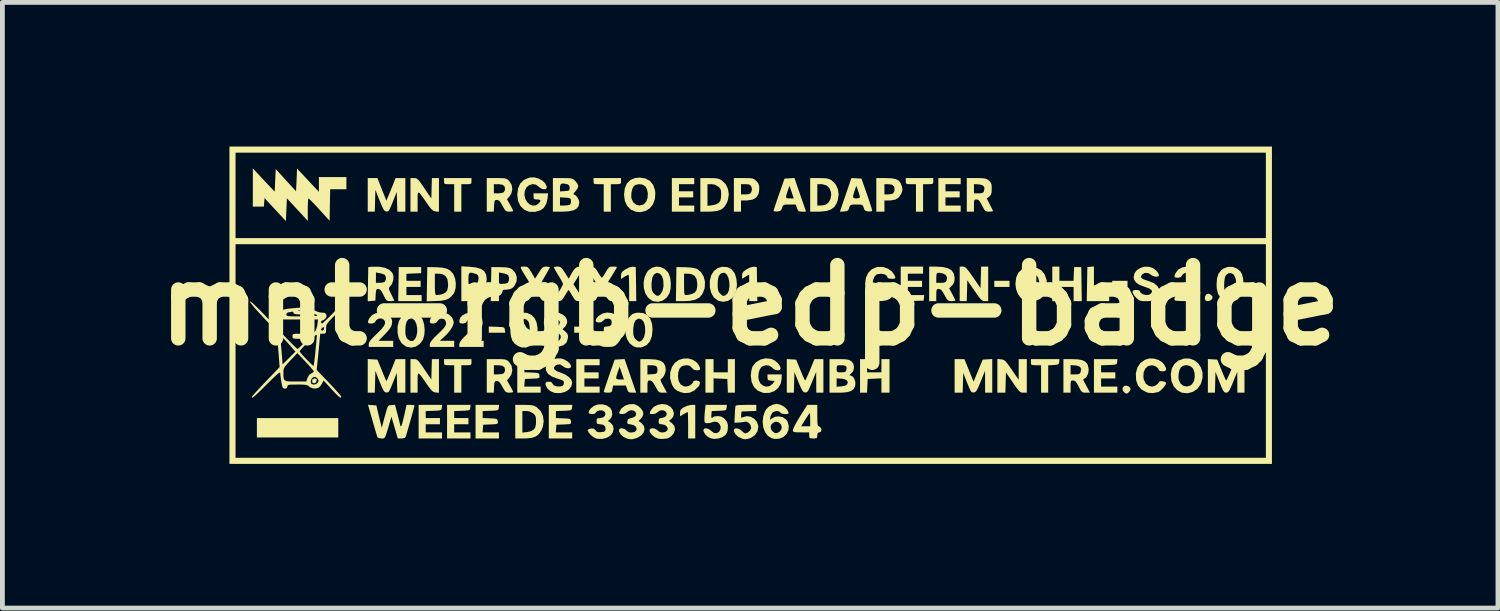
<source format=kicad_pcb>
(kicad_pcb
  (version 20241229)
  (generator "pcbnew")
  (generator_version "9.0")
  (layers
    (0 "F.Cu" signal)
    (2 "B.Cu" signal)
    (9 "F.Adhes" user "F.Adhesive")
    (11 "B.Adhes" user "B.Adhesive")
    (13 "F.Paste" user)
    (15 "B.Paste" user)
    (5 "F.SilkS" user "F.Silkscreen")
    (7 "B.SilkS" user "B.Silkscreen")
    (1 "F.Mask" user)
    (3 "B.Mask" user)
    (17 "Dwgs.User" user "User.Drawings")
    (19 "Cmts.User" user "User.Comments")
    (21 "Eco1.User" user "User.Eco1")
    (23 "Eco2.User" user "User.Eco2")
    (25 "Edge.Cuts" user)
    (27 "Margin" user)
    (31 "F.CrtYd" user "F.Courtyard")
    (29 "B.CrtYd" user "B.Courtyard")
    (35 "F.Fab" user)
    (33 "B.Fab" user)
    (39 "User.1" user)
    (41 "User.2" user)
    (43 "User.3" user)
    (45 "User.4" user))
  (footprint "mnt-rgb-edp-badge"
    (layer "F.Cu")
    (at 12.562 3.302)
    (property "Reference" "mnt-rgb-edp-badge" (at 0 0 0) (layer "F.SilkS") (effects (font (size 1.524 1.524) (thickness 0.3))))
    (attr board_only exclude_from_pos_files exclude_from_bom)
    (fp_poly (pts (xy -8.572 2.752) (xy -10.266 2.752) (xy -10.266 2.349) (xy -8.572 2.349)) (stroke (width 0) (type solid)) (fill yes) (layer "F.SilkS"))
    (fp_poly (pts (xy -3.344 0.572) (xy -3.662 0.572) (xy -3.662 0.445) (xy -3.344 0.445)) (stroke (width 0) (type solid)) (fill yes) (layer "F.SilkS"))
    (fp_poly (pts (xy 5.397 -0.381) (xy 5.08 -0.381) (xy 5.08 -0.508) (xy 5.397 -0.508)) (stroke (width 0) (type solid)) (fill yes) (layer "F.SilkS"))
    (fp_poly (pts (xy 7.853 -0.381) (xy 7.535 -0.381) (xy 7.535 -0.508) (xy 7.853 -0.508)) (stroke (width 0) (type solid)) (fill yes) (layer "F.SilkS"))
    (fp_poly (pts (xy 7.154 -0.212) (xy 7.472 -0.212) (xy 7.472 -0.085) (xy 7.005 -0.085) (xy 7.011 -0.439) (xy 7.017 -0.794) (xy 7.086 -0.8) (xy 7.154 -0.807)) (stroke (width 0) (type solid)) (fill yes) (layer "F.SilkS"))
    (fp_poly (pts (xy -9.025 1.535) (xy -9.021 1.571) (xy -9.04 1.61) (xy -9.073 1.626) (xy -9.105 1.616) (xy -9.114 1.601) (xy -9.116 1.554) (xy -9.083 1.527) (xy -9.057 1.524)) (stroke (width 0) (type solid)) (fill yes) (layer "F.SilkS"))
    (fp_poly (pts (xy -5.276 0.449) (xy -5.193 0.453) (xy -5.144 0.458) (xy -5.119 0.47) (xy -5.109 0.49) (xy -5.105 0.513) (xy -5.098 0.572) (xy -5.44 0.572) (xy -5.44 0.443)) (stroke (width 0) (type solid)) (fill yes) (layer "F.SilkS"))
    (fp_poly (pts (xy -3.133 1.249) (xy -3.45 1.249) (xy -3.45 1.397) (xy -3.154 1.397) (xy -3.154 1.524) (xy -3.45 1.524) (xy -3.45 1.693) (xy -3.133 1.693) (xy -3.133 1.82) (xy -3.619 1.82) (xy -3.619 1.122) (xy -3.133 1.122)) (stroke (width 0) (type solid)) (fill yes) (layer "F.SilkS"))
    (fp_poly (pts (xy -1.164 -2.519) (xy -1.482 -2.519) (xy -1.482 -2.371) (xy -1.185 -2.371) (xy -1.185 -2.244) (xy -1.482 -2.244) (xy -1.482 -2.074) (xy -1.164 -2.074) (xy -1.164 -1.947) (xy -1.63 -1.947) (xy -1.63 -2.646) (xy -1.164 -2.646)) (stroke (width 0) (type solid)) (fill yes) (layer "F.SilkS"))
    (fp_poly (pts (xy 2.434 1.397) (xy 2.731 1.397) (xy 2.731 1.122) (xy 2.9 1.122) (xy 2.9 1.82) (xy 2.731 1.82) (xy 2.731 1.522) (xy 2.445 1.535) (xy 2.432 1.82) (xy 2.286 1.82) (xy 2.286 1.122) (xy 2.434 1.122)) (stroke (width 0) (type solid)) (fill yes) (layer "F.SilkS"))
    (fp_poly (pts (xy 4.381 -2.519) (xy 4.064 -2.519) (xy 4.064 -2.371) (xy 4.36 -2.371) (xy 4.36 -2.244) (xy 4.064 -2.244) (xy 4.064 -2.074) (xy 4.381 -2.074) (xy 4.381 -1.947) (xy 3.916 -1.947) (xy 3.916 -2.646) (xy 4.381 -2.646)) (stroke (width 0) (type solid)) (fill yes) (layer "F.SilkS"))
    (fp_poly (pts (xy -0.762 1.397) (xy -0.466 1.397) (xy -0.466 1.122) (xy -0.318 1.122) (xy -0.318 1.82) (xy -0.464 1.82) (xy -0.47 1.677) (xy -0.476 1.535) (xy -0.762 1.522) (xy -0.762 1.82) (xy -0.931 1.82) (xy -0.931 1.122) (xy -0.762 1.122)) (stroke (width 0) (type solid)) (fill yes) (layer "F.SilkS"))
    (fp_poly (pts (xy -6.847 -0.667) (xy -7.001 -0.661) (xy -7.154 -0.654) (xy -7.154 -0.508) (xy -6.858 -0.508) (xy -6.858 -0.381) (xy -7.154 -0.381) (xy -7.154 -0.212) (xy -6.837 -0.212) (xy -6.837 -0.085) (xy -7.325 -0.085) (xy -7.319 -0.439) (xy -7.313 -0.794) (xy -6.847 -0.794)) (stroke (width 0) (type solid)) (fill yes) (layer "F.SilkS"))
    (fp_poly (pts (xy 0.079 -0.801) (xy 0.138 -0.794) (xy 0.143 -0.439) (xy 0.149 -0.085) (xy -0.021 -0.085) (xy -0.021 -0.639) (xy -0.169 -0.552) (xy -0.169 -0.62) (xy -0.163 -0.665) (xy -0.14 -0.7) (xy -0.089 -0.739) (xy -0.075 -0.748) (xy 0.008 -0.789) (xy 0.075 -0.801)) (stroke (width 0) (type solid)) (fill yes) (layer "F.SilkS"))
    (fp_poly (pts (xy 3.598 -0.656) (xy 3.281 -0.656) (xy 3.281 -0.508) (xy 3.577 -0.508) (xy 3.577 -0.381) (xy 3.281 -0.381) (xy 3.281 -0.212) (xy 3.622 -0.212) (xy 3.616 -0.153) (xy 3.609 -0.095) (xy 3.371 -0.089) (xy 3.133 -0.083) (xy 3.133 -0.804) (xy 3.598 -0.804)) (stroke (width 0) (type solid)) (fill yes) (layer "F.SilkS"))
    (fp_poly (pts (xy 6.435 -0.508) (xy 6.729 -0.508) (xy 6.735 -0.651) (xy 6.742 -0.794) (xy 6.89 -0.794) (xy 6.896 -0.439) (xy 6.901 -0.085) (xy 6.731 -0.085) (xy 6.731 -0.381) (xy 6.435 -0.381) (xy 6.435 -0.085) (xy 6.287 -0.085) (xy 6.287 -0.804) (xy 6.435 -0.804)) (stroke (width 0) (type solid)) (fill yes) (layer "F.SilkS"))
    (fp_poly (pts (xy 7.879 1.691) (xy 7.911 1.724) (xy 7.916 1.749) (xy 7.902 1.784) (xy 7.869 1.821) (xy 7.836 1.841) (xy 7.832 1.841) (xy 7.804 1.828) (xy 7.78 1.808) (xy 7.751 1.769) (xy 7.752 1.728) (xy 7.76 1.706) (xy 7.789 1.677) (xy 7.834 1.674)) (stroke (width 0) (type solid)) (fill yes) (layer "F.SilkS"))
    (fp_poly (pts (xy 9.588 -0.216) (xy 9.589 -0.215) (xy 9.621 -0.182) (xy 9.621 -0.15) (xy 9.612 -0.131) (xy 9.576 -0.097) (xy 9.525 -0.084) (xy 9.481 -0.094) (xy 9.476 -0.099) (xy 9.461 -0.139) (xy 9.469 -0.189) (xy 9.496 -0.228) (xy 9.502 -0.232) (xy 9.543 -0.241)) (stroke (width 0) (type solid)) (fill yes) (layer "F.SilkS"))
    (fp_poly (pts (xy -5.8 -2.582) (xy -5.802 -2.545) (xy -5.816 -2.526) (xy -5.853 -2.52) (xy -5.905 -2.519) (xy -6.011 -2.519) (xy -6.011 -1.947) (xy -6.16 -1.947) (xy -6.16 -2.519) (xy -6.265 -2.519) (xy -6.328 -2.52) (xy -6.359 -2.529) (xy -6.37 -2.551) (xy -6.371 -2.582) (xy -6.371 -2.646) (xy -5.8 -2.646)) (stroke (width 0) (type solid)) (fill yes) (layer "F.SilkS"))
    (fp_poly (pts (xy -5.8 1.185) (xy -5.802 1.223) (xy -5.816 1.242) (xy -5.853 1.248) (xy -5.905 1.249) (xy -6.011 1.249) (xy -6.011 1.82) (xy -6.16 1.82) (xy -6.16 1.249) (xy -6.265 1.249) (xy -6.328 1.247) (xy -6.359 1.239) (xy -6.37 1.217) (xy -6.371 1.185) (xy -6.371 1.122) (xy -5.8 1.122)) (stroke (width 0) (type solid)) (fill yes) (layer "F.SilkS"))
    (fp_poly (pts (xy -2.688 -2.582) (xy -2.69 -2.545) (xy -2.705 -2.526) (xy -2.742 -2.52) (xy -2.794 -2.519) (xy -2.9 -2.519) (xy -2.9 -1.947) (xy -3.048 -1.947) (xy -3.048 -2.519) (xy -3.154 -2.519) (xy -3.216 -2.52) (xy -3.248 -2.529) (xy -3.258 -2.551) (xy -3.26 -2.582) (xy -3.26 -2.646) (xy -2.688 -2.646)) (stroke (width 0) (type solid)) (fill yes) (layer "F.SilkS"))
    (fp_poly (pts (xy 3.81 -2.582) (xy 3.808 -2.545) (xy 3.793 -2.526) (xy 3.756 -2.52) (xy 3.704 -2.519) (xy 3.598 -2.519) (xy 3.598 -1.947) (xy 3.45 -1.947) (xy 3.45 -2.519) (xy 3.344 -2.519) (xy 3.282 -2.52) (xy 3.25 -2.529) (xy 3.24 -2.551) (xy 3.239 -2.582) (xy 3.239 -2.646) (xy 3.81 -2.646)) (stroke (width 0) (type solid)) (fill yes) (layer "F.SilkS"))
    (fp_poly (pts (xy 6.431 1.18) (xy 6.423 1.214) (xy 6.404 1.233) (xy 6.361 1.241) (xy 6.313 1.245) (xy 6.202 1.251) (xy 6.202 1.82) (xy 6.054 1.82) (xy 6.054 1.249) (xy 5.948 1.249) (xy 5.885 1.247) (xy 5.854 1.239) (xy 5.843 1.217) (xy 5.842 1.185) (xy 5.842 1.122) (xy 6.437 1.122)) (stroke (width 0) (type solid)) (fill yes) (layer "F.SilkS"))
    (fp_poly (pts (xy -6.417 2.133) (xy -6.423 2.162) (xy -6.436 2.18) (xy -6.466 2.189) (xy -6.523 2.194) (xy -6.588 2.197) (xy -6.752 2.203) (xy -6.752 2.349) (xy -6.456 2.349) (xy -6.456 2.477) (xy -6.752 2.477) (xy -6.752 2.646) (xy -6.413 2.646) (xy -6.413 2.773) (xy -6.9 2.773) (xy -6.9 2.074) (xy -6.411 2.074)) (stroke (width 0) (type solid)) (fill yes) (layer "F.SilkS"))
    (fp_poly (pts (xy -5.825 2.133) (xy -5.83 2.162) (xy -5.843 2.18) (xy -5.874 2.189) (xy -5.93 2.194) (xy -5.995 2.197) (xy -6.16 2.203) (xy -6.16 2.349) (xy -5.863 2.349) (xy -5.863 2.477) (xy -6.16 2.477) (xy -6.16 2.646) (xy -5.821 2.646) (xy -5.821 2.773) (xy -6.308 2.773) (xy -6.308 2.074) (xy -5.818 2.074)) (stroke (width 0) (type solid)) (fill yes) (layer "F.SilkS"))
    (fp_poly (pts (xy 7.637 1.18) (xy 7.632 1.209) (xy 7.619 1.227) (xy 7.588 1.237) (xy 7.532 1.242) (xy 7.467 1.244) (xy 7.303 1.251) (xy 7.303 1.397) (xy 7.599 1.397) (xy 7.599 1.524) (xy 7.303 1.524) (xy 7.303 1.693) (xy 7.641 1.693) (xy 7.641 1.82) (xy 7.154 1.82) (xy 7.154 1.122) (xy 7.644 1.122)) (stroke (width 0) (type solid)) (fill yes) (layer "F.SilkS"))
    (fp_poly (pts (xy 10.858 3.302) (xy -10.837 3.302) (xy -10.837 3.175) (xy -10.71 3.175) (xy 10.732 3.175) (xy 10.732 -1.27) (xy -10.71 -1.27) (xy -10.71 3.175) (xy -10.837 3.175) (xy -10.837 -1.397) (xy -10.71 -1.397) (xy 10.732 -1.397) (xy 10.732 -3.175) (xy -10.71 -3.175) (xy -10.71 -1.397) (xy -10.837 -1.397) (xy -10.837 -3.302) (xy 10.858 -3.302)) (stroke (width 0) (type solid)) (fill yes) (layer "F.SilkS"))
    (fp_poly (pts (xy -1.143 2.773) (xy -1.291 2.773) (xy -1.291 2.498) (xy -1.292 2.395) (xy -1.294 2.31) (xy -1.296 2.25) (xy -1.3 2.223) (xy -1.301 2.223) (xy -1.323 2.232) (xy -1.368 2.257) (xy -1.385 2.267) (xy -1.46 2.311) (xy -1.46 2.24) (xy -1.454 2.192) (xy -1.429 2.157) (xy -1.377 2.122) (xy -1.307 2.092) (xy -1.235 2.075) (xy -1.218 2.074) (xy -1.143 2.074)) (stroke (width 0) (type solid)) (fill yes) (layer "F.SilkS"))
    (fp_poly (pts (xy -4.36 1.249) (xy -4.699 1.249) (xy -4.699 1.395) (xy -4.546 1.401) (xy -4.466 1.405) (xy -4.42 1.412) (xy -4.397 1.425) (xy -4.388 1.447) (xy -4.385 1.465) (xy -4.384 1.494) (xy -4.392 1.512) (xy -4.42 1.521) (xy -4.476 1.526) (xy -4.534 1.528) (xy -4.688 1.535) (xy -4.695 1.614) (xy -4.702 1.693) (xy -4.36 1.693) (xy -4.36 1.82) (xy -4.847 1.82) (xy -4.847 1.122) (xy -4.36 1.122)) (stroke (width 0) (type solid)) (fill yes) (layer "F.SilkS"))
    (fp_poly (pts (xy -2.44 -0.801) (xy -2.381 -0.794) (xy -2.375 -0.439) (xy -2.37 -0.085) (xy -2.519 -0.085) (xy -2.519 -0.36) (xy -2.52 -0.462) (xy -2.522 -0.547) (xy -2.526 -0.607) (xy -2.531 -0.634) (xy -2.532 -0.635) (xy -2.557 -0.625) (xy -2.603 -0.6) (xy -2.617 -0.591) (xy -2.688 -0.547) (xy -2.688 -0.617) (xy -2.683 -0.663) (xy -2.66 -0.699) (xy -2.612 -0.736) (xy -2.594 -0.748) (xy -2.511 -0.789) (xy -2.444 -0.801)) (stroke (width 0) (type solid)) (fill yes) (layer "F.SilkS"))
    (fp_poly (pts (xy 5.222 1.126) (xy 5.257 1.131) (xy 5.286 1.144) (xy 5.317 1.17) (xy 5.356 1.217) (xy 5.407 1.289) (xy 5.444 1.342) (xy 5.588 1.552) (xy 5.588 1.122) (xy 5.757 1.122) (xy 5.757 1.82) (xy 5.684 1.82) (xy 5.652 1.818) (xy 5.624 1.808) (xy 5.595 1.783) (xy 5.558 1.738) (xy 5.507 1.668) (xy 5.468 1.61) (xy 5.323 1.4) (xy 5.317 1.61) (xy 5.311 1.82) (xy 5.144 1.82) (xy 5.144 1.119)) (stroke (width 0) (type solid)) (fill yes) (layer "F.SilkS"))
    (fp_poly (pts (xy 4.451 -0.801) (xy 4.479 -0.787) (xy 4.51 -0.756) (xy 4.552 -0.704) (xy 4.609 -0.624) (xy 4.64 -0.58) (xy 4.794 -0.356) (xy 4.8 -0.58) (xy 4.806 -0.804) (xy 4.953 -0.804) (xy 4.953 -0.085) (xy 4.884 -0.085) (xy 4.853 -0.088) (xy 4.826 -0.101) (xy 4.795 -0.128) (xy 4.757 -0.175) (xy 4.704 -0.25) (xy 4.667 -0.302) (xy 4.519 -0.519) (xy 4.513 -0.302) (xy 4.507 -0.085) (xy 4.36 -0.085) (xy 4.36 -0.804) (xy 4.423 -0.804)) (stroke (width 0) (type solid)) (fill yes) (layer "F.SilkS"))
    (fp_poly (pts (xy -6.964 1.124) (xy -6.936 1.134) (xy -6.907 1.158) (xy -6.871 1.203) (xy -6.821 1.272) (xy -6.78 1.334) (xy -6.636 1.546) (xy -6.624 1.122) (xy -6.477 1.122) (xy -6.477 1.823) (xy -6.545 1.816) (xy -6.579 1.809) (xy -6.611 1.79) (xy -6.647 1.753) (xy -6.695 1.692) (xy -6.742 1.624) (xy -6.812 1.524) (xy -6.861 1.457) (xy -6.893 1.424) (xy -6.911 1.424) (xy -6.919 1.456) (xy -6.921 1.521) (xy -6.921 1.604) (xy -6.921 1.82) (xy -7.07 1.82) (xy -7.07 1.122) (xy -6.996 1.122)) (stroke (width 0) (type solid)) (fill yes) (layer "F.SilkS"))
    (fp_poly (pts (xy -5.232 2.133) (xy -5.237 2.162) (xy -5.25 2.18) (xy -5.281 2.189) (xy -5.338 2.194) (xy -5.403 2.197) (xy -5.567 2.203) (xy -5.567 2.348) (xy -5.413 2.354) (xy -5.334 2.358) (xy -5.288 2.364) (xy -5.265 2.377) (xy -5.256 2.4) (xy -5.253 2.417) (xy -5.251 2.447) (xy -5.26 2.464) (xy -5.288 2.474) (xy -5.344 2.478) (xy -5.401 2.481) (xy -5.556 2.487) (xy -5.563 2.566) (xy -5.569 2.646) (xy -5.228 2.646) (xy -5.228 2.773) (xy -5.715 2.773) (xy -5.715 2.074) (xy -5.225 2.074)) (stroke (width 0) (type solid)) (fill yes) (layer "F.SilkS"))
    (fp_poly (pts (xy -3.708 2.133) (xy -3.713 2.162) (xy -3.726 2.18) (xy -3.757 2.189) (xy -3.814 2.194) (xy -3.879 2.197) (xy -4.043 2.203) (xy -4.043 2.348) (xy -3.889 2.354) (xy -3.81 2.358) (xy -3.764 2.364) (xy -3.741 2.377) (xy -3.732 2.4) (xy -3.729 2.417) (xy -3.727 2.447) (xy -3.736 2.464) (xy -3.764 2.474) (xy -3.82 2.478) (xy -3.877 2.481) (xy -4.032 2.487) (xy -4.039 2.566) (xy -4.045 2.646) (xy -3.704 2.646) (xy -3.704 2.773) (xy -4.191 2.773) (xy -4.191 2.074) (xy -3.701 2.074)) (stroke (width 0) (type solid)) (fill yes) (layer "F.SilkS"))
    (fp_poly (pts (xy -6.964 -2.644) (xy -6.936 -2.633) (xy -6.907 -2.609) (xy -6.871 -2.565) (xy -6.821 -2.495) (xy -6.78 -2.434) (xy -6.636 -2.222) (xy -6.63 -2.434) (xy -6.624 -2.646) (xy -6.477 -2.646) (xy -6.477 -1.945) (xy -6.545 -1.951) (xy -6.579 -1.959) (xy -6.611 -1.977) (xy -6.647 -2.014) (xy -6.695 -2.076) (xy -6.742 -2.144) (xy -6.812 -2.244) (xy -6.861 -2.311) (xy -6.893 -2.344) (xy -6.911 -2.344) (xy -6.919 -2.311) (xy -6.921 -2.247) (xy -6.921 -2.163) (xy -6.921 -1.947) (xy -7.07 -1.947) (xy -7.07 -2.646) (xy -6.996 -2.646)) (stroke (width 0) (type solid)) (fill yes) (layer "F.SilkS"))
    (fp_poly (pts (xy 5.038 1.82) (xy 4.889 1.82) (xy 4.889 1.593) (xy 4.888 1.365) (xy 4.798 1.587) (xy 4.757 1.685) (xy 4.727 1.75) (xy 4.702 1.789) (xy 4.679 1.809) (xy 4.654 1.816) (xy 4.653 1.816) (xy 4.627 1.816) (xy 4.606 1.805) (xy 4.585 1.777) (xy 4.56 1.723) (xy 4.525 1.638) (xy 4.516 1.616) (xy 4.434 1.409) (xy 4.428 1.615) (xy 4.422 1.82) (xy 4.255 1.82) (xy 4.255 1.122) (xy 4.458 1.122) (xy 4.554 1.356) (xy 4.649 1.59) (xy 4.839 1.132) (xy 4.938 1.126) (xy 5.038 1.12)) (stroke (width 0) (type solid)) (fill yes) (layer "F.SilkS"))
    (fp_poly (pts (xy -7.176 -1.947) (xy -7.343 -1.947) (xy -7.355 -2.359) (xy -7.437 -2.152) (xy -7.475 -2.059) (xy -7.502 -2) (xy -7.523 -1.966) (xy -7.544 -1.952) (xy -7.568 -1.951) (xy -7.572 -1.951) (xy -7.598 -1.959) (xy -7.62 -1.979) (xy -7.644 -2.019) (xy -7.674 -2.085) (xy -7.713 -2.18) (xy -7.8 -2.402) (xy -7.806 -2.174) (xy -7.812 -1.947) (xy -7.959 -1.947) (xy -7.959 -2.646) (xy -7.858 -2.646) (xy -7.758 -2.646) (xy -7.572 -2.177) (xy -7.536 -2.258) (xy -7.51 -2.319) (xy -7.477 -2.402) (xy -7.442 -2.489) (xy -7.44 -2.492) (xy -7.38 -2.646) (xy -7.176 -2.646)) (stroke (width 0) (type solid)) (fill yes) (layer "F.SilkS"))
    (fp_poly (pts (xy 2.943 -2.641) (xy 3.03 -2.625) (xy 3.089 -2.594) (xy 3.13 -2.544) (xy 3.156 -2.477) (xy 3.169 -2.416) (xy 3.162 -2.365) (xy 3.141 -2.315) (xy 3.091 -2.242) (xy 3.023 -2.199) (xy 2.929 -2.181) (xy 2.895 -2.18) (xy 2.794 -2.18) (xy 2.794 -1.947) (xy 2.625 -1.947) (xy 2.625 -2.307) (xy 2.794 -2.307) (xy 2.874 -2.307) (xy 2.934 -2.313) (xy 2.976 -2.329) (xy 2.98 -2.333) (xy 3 -2.372) (xy 3.006 -2.413) (xy 2.993 -2.474) (xy 2.951 -2.508) (xy 2.877 -2.519) (xy 2.874 -2.519) (xy 2.794 -2.519) (xy 2.794 -2.307) (xy 2.625 -2.307) (xy 2.625 -2.646) (xy 2.823 -2.646)) (stroke (width 0) (type solid)) (fill yes) (layer "F.SilkS"))
    (fp_poly (pts (xy -7.858 1.126) (xy -7.758 1.132) (xy -7.667 1.353) (xy -7.631 1.442) (xy -7.6 1.515) (xy -7.579 1.563) (xy -7.571 1.58) (xy -7.562 1.564) (xy -7.54 1.516) (xy -7.509 1.443) (xy -7.472 1.354) (xy -7.379 1.122) (xy -7.176 1.122) (xy -7.176 1.82) (xy -7.343 1.82) (xy -7.355 1.409) (xy -7.437 1.616) (xy -7.475 1.708) (xy -7.502 1.768) (xy -7.523 1.801) (xy -7.544 1.815) (xy -7.568 1.817) (xy -7.572 1.816) (xy -7.598 1.809) (xy -7.62 1.789) (xy -7.644 1.749) (xy -7.674 1.683) (xy -7.713 1.588) (xy -7.8 1.366) (xy -7.806 1.593) (xy -7.812 1.82) (xy -7.959 1.82) (xy -7.959 1.12)) (stroke (width 0) (type solid)) (fill yes) (layer "F.SilkS"))
    (fp_poly (pts (xy 0.859 1.126) (xy 0.957 1.132) (xy 1.045 1.349) (xy 1.081 1.436) (xy 1.112 1.507) (xy 1.134 1.552) (xy 1.144 1.566) (xy 1.156 1.548) (xy 1.18 1.498) (xy 1.213 1.425) (xy 1.247 1.344) (xy 1.338 1.122) (xy 1.524 1.122) (xy 1.524 1.82) (xy 1.376 1.82) (xy 1.375 1.603) (xy 1.374 1.386) (xy 1.285 1.604) (xy 1.245 1.699) (xy 1.216 1.761) (xy 1.194 1.797) (xy 1.173 1.813) (xy 1.15 1.816) (xy 1.143 1.816) (xy 1.117 1.808) (xy 1.094 1.787) (xy 1.069 1.746) (xy 1.037 1.677) (xy 1.005 1.6) (xy 0.921 1.391) (xy 0.909 1.82) (xy 0.762 1.82) (xy 0.762 1.12)) (stroke (width 0) (type solid)) (fill yes) (layer "F.SilkS"))
    (fp_poly (pts (xy 1.533 -2.644) (xy 1.599 -2.638) (xy 1.647 -2.625) (xy 1.689 -2.602) (xy 1.695 -2.598) (xy 1.775 -2.521) (xy 1.824 -2.421) (xy 1.841 -2.307) (xy 1.823 -2.186) (xy 1.8 -2.123) (xy 1.75 -2.045) (xy 1.679 -1.992) (xy 1.582 -1.96) (xy 1.452 -1.948) (xy 1.419 -1.947) (xy 1.249 -1.947) (xy 1.249 -2.074) (xy 1.397 -2.074) (xy 1.459 -2.074) (xy 1.527 -2.082) (xy 1.577 -2.095) (xy 1.631 -2.137) (xy 1.669 -2.206) (xy 1.686 -2.291) (xy 1.682 -2.352) (xy 1.649 -2.437) (xy 1.587 -2.494) (xy 1.499 -2.518) (xy 1.479 -2.519) (xy 1.397 -2.519) (xy 1.397 -2.074) (xy 1.249 -2.074) (xy 1.249 -2.646) (xy 1.436 -2.646)) (stroke (width 0) (type solid)) (fill yes) (layer "F.SilkS"))
    (fp_poly (pts (xy -5.201 -0.792) (xy -5.103 -0.789) (xy -5.036 -0.781) (xy -4.989 -0.767) (xy -4.957 -0.748) (xy -4.888 -0.673) (xy -4.856 -0.586) (xy -4.862 -0.493) (xy -4.907 -0.403) (xy -4.919 -0.388) (xy -4.955 -0.354) (xy -4.999 -0.335) (xy -5.067 -0.324) (xy -5.098 -0.322) (xy -5.228 -0.312) (xy -5.228 -0.085) (xy -5.399 -0.085) (xy -5.393 -0.439) (xy -5.389 -0.682) (xy -5.228 -0.682) (xy -5.228 -0.445) (xy -5.148 -0.445) (xy -5.088 -0.451) (xy -5.046 -0.466) (xy -5.042 -0.47) (xy -5.021 -0.514) (xy -5.018 -0.571) (xy -5.034 -0.62) (xy -5.043 -0.631) (xy -5.08 -0.649) (xy -5.138 -0.665) (xy -5.149 -0.667) (xy -5.228 -0.682) (xy -5.389 -0.682) (xy -5.387 -0.794)) (stroke (width 0) (type solid)) (fill yes) (layer "F.SilkS"))
    (fp_poly (pts (xy -0.041 -2.645) (xy 0.022 -2.642) (xy 0.063 -2.633) (xy 0.094 -2.616) (xy 0.124 -2.589) (xy 0.129 -2.584) (xy 0.169 -2.536) (xy 0.187 -2.484) (xy 0.19 -2.42) (xy 0.175 -2.318) (xy 0.13 -2.245) (xy 0.054 -2.199) (xy -0.055 -2.181) (xy -0.083 -2.18) (xy -0.191 -2.18) (xy -0.191 -1.947) (xy -0.339 -1.947) (xy -0.339 -2.307) (xy -0.191 -2.307) (xy -0.095 -2.307) (xy -0.032 -2.311) (xy 0.003 -2.326) (xy 0.025 -2.359) (xy 0.025 -2.36) (xy 0.038 -2.419) (xy 0.025 -2.466) (xy 0.003 -2.5) (xy -0.031 -2.515) (xy -0.093 -2.519) (xy -0.095 -2.519) (xy -0.191 -2.519) (xy -0.191 -2.307) (xy -0.339 -2.307) (xy -0.339 -2.646) (xy -0.136 -2.646)) (stroke (width 0) (type solid)) (fill yes) (layer "F.SilkS"))
    (fp_poly (pts (xy 9.622 1.126) (xy 9.72 1.132) (xy 9.808 1.349) (xy 9.844 1.436) (xy 9.875 1.507) (xy 9.897 1.552) (xy 9.907 1.566) (xy 9.919 1.548) (xy 9.943 1.498) (xy 9.976 1.425) (xy 10.01 1.344) (xy 10.101 1.122) (xy 10.287 1.122) (xy 10.287 1.82) (xy 10.139 1.82) (xy 10.138 1.603) (xy 10.137 1.386) (xy 10.048 1.603) (xy 10.008 1.699) (xy 9.978 1.762) (xy 9.954 1.798) (xy 9.932 1.815) (xy 9.908 1.82) (xy 9.906 1.82) (xy 9.881 1.817) (xy 9.86 1.801) (xy 9.838 1.767) (xy 9.81 1.707) (xy 9.773 1.615) (xy 9.768 1.603) (xy 9.684 1.386) (xy 9.678 1.603) (xy 9.672 1.82) (xy 9.525 1.82) (xy 9.525 1.12)) (stroke (width 0) (type solid)) (fill yes) (layer "F.SilkS"))
    (fp_poly (pts (xy -10.123 -2.605) (xy -9.895 -2.363) (xy -9.885 -2.599) (xy -9.874 -2.835) (xy -9.663 -2.603) (xy -9.451 -2.372) (xy -9.44 -2.608) (xy -9.43 -2.844) (xy -9.203 -2.602) (xy -8.976 -2.36) (xy -8.975 -2.667) (xy -8.403 -2.667) (xy -8.403 -2.413) (xy -8.741 -2.413) (xy -8.752 -1.757) (xy -8.964 -1.989) (xy -9.039 -2.071) (xy -9.105 -2.14) (xy -9.156 -2.191) (xy -9.186 -2.219) (xy -9.192 -2.222) (xy -9.198 -2.202) (xy -9.203 -2.149) (xy -9.207 -2.07) (xy -9.207 -1.989) (xy -9.207 -1.756) (xy -9.424 -1.99) (xy -9.641 -2.225) (xy -9.652 -1.988) (xy -9.663 -1.751) (xy -10.107 -2.23) (xy -10.114 -2.142) (xy -10.12 -2.053) (xy -10.351 -2.053) (xy -10.35 -2.45) (xy -10.35 -2.847)) (stroke (width 0) (type solid)) (fill yes) (layer "F.SilkS"))
    (fp_poly (pts (xy -5.837 -0.8) (xy -5.7 -0.785) (xy -5.6 -0.755) (xy -5.533 -0.706) (xy -5.495 -0.637) (xy -5.482 -0.544) (xy -5.482 -0.537) (xy -5.492 -0.475) (xy -5.527 -0.418) (xy -5.554 -0.389) (xy -5.601 -0.347) (xy -5.645 -0.326) (xy -5.702 -0.318) (xy -5.745 -0.318) (xy -5.863 -0.318) (xy -5.863 -0.085) (xy -6.011 -0.085) (xy -6.011 -0.445) (xy -5.863 -0.445) (xy -5.783 -0.445) (xy -5.723 -0.451) (xy -5.681 -0.466) (xy -5.677 -0.47) (xy -5.659 -0.508) (xy -5.652 -0.563) (xy -5.659 -0.613) (xy -5.688 -0.642) (xy -5.718 -0.654) (xy -5.792 -0.676) (xy -5.836 -0.675) (xy -5.857 -0.646) (xy -5.863 -0.583) (xy -5.863 -0.561) (xy -5.863 -0.445) (xy -6.011 -0.445) (xy -6.011 -0.81)) (stroke (width 0) (type solid)) (fill yes) (layer "F.SilkS"))
    (fp_poly (pts (xy -4.606 2.076) (xy -4.54 2.082) (xy -4.491 2.096) (xy -4.449 2.118) (xy -4.443 2.122) (xy -4.363 2.2) (xy -4.314 2.299) (xy -4.297 2.412) (xy -4.315 2.53) (xy -4.344 2.603) (xy -4.394 2.678) (xy -4.456 2.729) (xy -4.539 2.759) (xy -4.651 2.772) (xy -4.715 2.773) (xy -4.889 2.773) (xy -4.889 2.651) (xy -4.741 2.651) (xy -4.644 2.64) (xy -4.562 2.621) (xy -4.504 2.587) (xy -4.502 2.585) (xy -4.474 2.545) (xy -4.46 2.487) (xy -4.457 2.422) (xy -4.459 2.35) (xy -4.47 2.305) (xy -4.496 2.269) (xy -4.515 2.252) (xy -4.592 2.21) (xy -4.658 2.201) (xy -4.741 2.201) (xy -4.741 2.651) (xy -4.889 2.651) (xy -4.889 2.074) (xy -4.702 2.074)) (stroke (width 0) (type solid)) (fill yes) (layer "F.SilkS"))
    (fp_poly (pts (xy -0.753 -2.644) (xy -0.687 -2.638) (xy -0.639 -2.625) (xy -0.597 -2.602) (xy -0.591 -2.598) (xy -0.511 -2.521) (xy -0.462 -2.421) (xy -0.445 -2.308) (xy -0.463 -2.19) (xy -0.492 -2.117) (xy -0.541 -2.042) (xy -0.603 -1.992) (xy -0.687 -1.962) (xy -0.799 -1.949) (xy -0.862 -1.947) (xy -1.037 -1.947) (xy -1.037 -2.069) (xy -0.889 -2.069) (xy -0.791 -2.08) (xy -0.71 -2.099) (xy -0.651 -2.133) (xy -0.65 -2.135) (xy -0.621 -2.176) (xy -0.608 -2.233) (xy -0.604 -2.298) (xy -0.606 -2.37) (xy -0.618 -2.416) (xy -0.644 -2.451) (xy -0.663 -2.468) (xy -0.739 -2.51) (xy -0.806 -2.519) (xy -0.889 -2.519) (xy -0.889 -2.069) (xy -1.037 -2.069) (xy -1.037 -2.646) (xy -0.85 -2.646)) (stroke (width 0) (type solid)) (fill yes) (layer "F.SilkS"))
    (fp_poly (pts (xy -2.493 1.47) (xy -2.372 1.82) (xy -2.454 1.82) (xy -2.51 1.816) (xy -2.539 1.797) (xy -2.56 1.751) (xy -2.561 1.746) (xy -2.586 1.672) (xy -2.853 1.672) (xy -2.867 1.746) (xy -2.879 1.794) (xy -2.902 1.815) (xy -2.949 1.82) (xy -2.964 1.82) (xy -3.017 1.817) (xy -3.046 1.807) (xy -3.048 1.803) (xy -3.041 1.778) (xy -3.023 1.721) (xy -2.995 1.637) (xy -2.96 1.535) (xy -2.952 1.512) (xy -2.789 1.512) (xy -2.779 1.536) (xy -2.747 1.544) (xy -2.711 1.545) (xy -2.627 1.545) (xy -2.672 1.413) (xy -2.717 1.281) (xy -2.754 1.387) (xy -2.78 1.465) (xy -2.789 1.512) (xy -2.952 1.512) (xy -2.934 1.459) (xy -2.82 1.132) (xy -2.717 1.126) (xy -2.614 1.12)) (stroke (width 0) (type solid)) (fill yes) (layer "F.SilkS"))
    (fp_poly (pts (xy -1.353 -0.791) (xy -1.223 -0.783) (xy -1.133 -0.765) (xy -1.103 -0.753) (xy -1.024 -0.689) (xy -0.968 -0.598) (xy -0.941 -0.489) (xy -0.945 -0.372) (xy -0.953 -0.336) (xy -0.993 -0.235) (xy -1.054 -0.163) (xy -1.141 -0.115) (xy -1.259 -0.09) (xy -1.376 -0.085) (xy -1.546 -0.085) (xy -1.54 -0.434) (xy -1.376 -0.434) (xy -1.375 -0.335) (xy -1.373 -0.271) (xy -1.368 -0.234) (xy -1.357 -0.217) (xy -1.339 -0.212) (xy -1.326 -0.212) (xy -1.27 -0.219) (xy -1.209 -0.235) (xy -1.152 -0.265) (xy -1.118 -0.31) (xy -1.103 -0.382) (xy -1.101 -0.444) (xy -1.115 -0.544) (xy -1.157 -0.612) (xy -1.227 -0.649) (xy -1.29 -0.656) (xy -1.376 -0.656) (xy -1.376 -0.434) (xy -1.54 -0.434) (xy -1.54 -0.439) (xy -1.535 -0.794)) (stroke (width 0) (type solid)) (fill yes) (layer "F.SilkS"))
    (fp_poly (pts (xy -7.633 0.158) (xy -7.555 0.185) (xy -7.494 0.232) (xy -7.457 0.298) (xy -7.451 0.344) (xy -7.456 0.398) (xy -7.476 0.45) (xy -7.516 0.509) (xy -7.581 0.582) (xy -7.616 0.619) (xy -7.735 0.741) (xy -7.429 0.741) (xy -7.429 0.868) (xy -7.938 0.868) (xy -7.938 0.81) (xy -7.931 0.776) (xy -7.906 0.735) (xy -7.859 0.681) (xy -7.785 0.608) (xy -7.768 0.592) (xy -7.679 0.504) (xy -7.623 0.434) (xy -7.598 0.379) (xy -7.601 0.335) (xy -7.624 0.301) (xy -7.675 0.275) (xy -7.733 0.279) (xy -7.781 0.309) (xy -7.793 0.328) (xy -7.822 0.367) (xy -7.871 0.381) (xy -7.888 0.381) (xy -7.938 0.376) (xy -7.956 0.355) (xy -7.945 0.312) (xy -7.927 0.274) (xy -7.873 0.209) (xy -7.801 0.169) (xy -7.718 0.152)) (stroke (width 0) (type solid)) (fill yes) (layer "F.SilkS"))
    (fp_poly (pts (xy -5.724 0.164) (xy -5.714 0.167) (xy -5.63 0.209) (xy -5.582 0.274) (xy -5.567 0.362) (xy -5.573 0.415) (xy -5.594 0.466) (xy -5.636 0.524) (xy -5.704 0.597) (xy -5.754 0.646) (xy -5.853 0.74) (xy -5.699 0.74) (xy -5.546 0.741) (xy -5.546 0.868) (xy -6.054 0.868) (xy -6.054 0.812) (xy -6.045 0.777) (xy -6.017 0.733) (xy -5.965 0.674) (xy -5.884 0.595) (xy -5.803 0.515) (xy -5.751 0.456) (xy -5.723 0.412) (xy -5.715 0.378) (xy -5.731 0.321) (xy -5.77 0.286) (xy -5.82 0.277) (xy -5.867 0.296) (xy -5.895 0.333) (xy -5.924 0.369) (xy -5.978 0.381) (xy -5.985 0.381) (xy -6.032 0.376) (xy -6.051 0.356) (xy -6.054 0.327) (xy -6.034 0.26) (xy -5.983 0.206) (xy -5.908 0.169) (xy -5.819 0.154)) (stroke (width 0) (type solid)) (fill yes) (layer "F.SilkS"))
    (fp_poly (pts (xy -6.535 -0.791) (xy -6.408 -0.782) (xy -6.314 -0.761) (xy -6.243 -0.722) (xy -6.189 -0.662) (xy -6.171 -0.634) (xy -6.14 -0.552) (xy -6.126 -0.454) (xy -6.131 -0.355) (xy -6.154 -0.271) (xy -6.171 -0.241) (xy -6.225 -0.177) (xy -6.28 -0.134) (xy -6.347 -0.108) (xy -6.437 -0.093) (xy -6.532 -0.088) (xy -6.732 -0.081) (xy -6.726 -0.434) (xy -6.562 -0.434) (xy -6.561 -0.335) (xy -6.559 -0.271) (xy -6.553 -0.234) (xy -6.543 -0.217) (xy -6.525 -0.212) (xy -6.512 -0.212) (xy -6.456 -0.219) (xy -6.395 -0.235) (xy -6.338 -0.265) (xy -6.304 -0.31) (xy -6.289 -0.382) (xy -6.287 -0.444) (xy -6.301 -0.544) (xy -6.343 -0.612) (xy -6.413 -0.649) (xy -6.476 -0.656) (xy -6.562 -0.656) (xy -6.562 -0.434) (xy -6.726 -0.434) (xy -6.726 -0.437) (xy -6.72 -0.794)) (stroke (width 0) (type solid)) (fill yes) (layer "F.SilkS"))
    (fp_poly (pts (xy 1.042 -2.297) (xy 1.163 -1.947) (xy 1.08 -1.947) (xy 1.025 -1.951) (xy 0.996 -1.971) (xy 0.975 -2.017) (xy 0.974 -2.021) (xy 0.949 -2.095) (xy 0.816 -2.095) (xy 0.744 -2.095) (xy 0.702 -2.088) (xy 0.681 -2.072) (xy 0.668 -2.04) (xy 0.664 -2.027) (xy 0.645 -1.98) (xy 0.612 -1.958) (xy 0.566 -1.951) (xy 0.515 -1.952) (xy 0.488 -1.961) (xy 0.487 -1.965) (xy 0.494 -1.99) (xy 0.512 -2.049) (xy 0.54 -2.133) (xy 0.575 -2.235) (xy 0.582 -2.255) (xy 0.746 -2.255) (xy 0.756 -2.232) (xy 0.788 -2.223) (xy 0.824 -2.223) (xy 0.907 -2.223) (xy 0.863 -2.354) (xy 0.818 -2.486) (xy 0.781 -2.381) (xy 0.755 -2.302) (xy 0.746 -2.255) (xy 0.582 -2.255) (xy 0.601 -2.31) (xy 0.715 -2.635) (xy 0.818 -2.641) (xy 0.921 -2.648)) (stroke (width 0) (type solid)) (fill yes) (layer "F.SilkS"))
    (fp_poly (pts (xy -6.363 0.154) (xy -6.279 0.186) (xy -6.213 0.245) (xy -6.189 0.289) (xy -6.171 0.338) (xy -6.171 0.377) (xy -6.188 0.427) (xy -6.202 0.456) (xy -6.243 0.521) (xy -6.303 0.594) (xy -6.354 0.645) (xy -6.46 0.741) (xy -6.16 0.741) (xy -6.16 0.868) (xy -6.668 0.868) (xy -6.668 0.813) (xy -6.658 0.778) (xy -6.628 0.733) (xy -6.572 0.671) (xy -6.498 0.599) (xy -6.419 0.522) (xy -6.367 0.465) (xy -6.339 0.422) (xy -6.329 0.387) (xy -6.329 0.381) (xy -6.339 0.329) (xy -6.359 0.297) (xy -6.412 0.278) (xy -6.467 0.29) (xy -6.507 0.33) (xy -6.508 0.333) (xy -6.538 0.369) (xy -6.592 0.381) (xy -6.598 0.381) (xy -6.647 0.376) (xy -6.665 0.356) (xy -6.668 0.332) (xy -6.653 0.281) (xy -6.623 0.236) (xy -6.545 0.177) (xy -6.455 0.151)) (stroke (width 0) (type solid)) (fill yes) (layer "F.SilkS"))
    (fp_poly (pts (xy -2.183 -2.639) (xy -2.088 -2.588) (xy -2.02 -2.506) (xy -1.981 -2.394) (xy -1.974 -2.334) (xy -1.983 -2.208) (xy -2.023 -2.1) (xy -2.091 -2.016) (xy -2.181 -1.96) (xy -2.287 -1.937) (xy -2.388 -1.947) (xy -2.486 -1.991) (xy -2.56 -2.067) (xy -2.608 -2.17) (xy -2.62 -2.26) (xy -2.475 -2.26) (xy -2.468 -2.213) (xy -2.431 -2.138) (xy -2.371 -2.09) (xy -2.299 -2.075) (xy -2.224 -2.096) (xy -2.207 -2.107) (xy -2.16 -2.163) (xy -2.134 -2.242) (xy -2.13 -2.331) (xy -2.148 -2.415) (xy -2.184 -2.475) (xy -2.24 -2.509) (xy -2.312 -2.519) (xy -2.381 -2.506) (xy -2.422 -2.478) (xy -2.452 -2.422) (xy -2.471 -2.343) (xy -2.475 -2.26) (xy -2.62 -2.26) (xy -2.625 -2.295) (xy -2.625 -2.298) (xy -2.61 -2.431) (xy -2.566 -2.534) (xy -2.493 -2.607) (xy -2.394 -2.647) (xy -2.303 -2.656)) (stroke (width 0) (type solid)) (fill yes) (layer "F.SilkS"))
    (fp_poly (pts (xy 5.963 -0.777) (xy 6.059 -0.727) (xy 6.127 -0.644) (xy 6.167 -0.531) (xy 6.174 -0.484) (xy 6.17 -0.362) (xy 6.137 -0.253) (xy 6.077 -0.166) (xy 6.029 -0.128) (xy 5.958 -0.101) (xy 5.867 -0.087) (xy 5.776 -0.087) (xy 5.715 -0.1) (xy 5.633 -0.151) (xy 5.571 -0.234) (xy 5.532 -0.341) (xy 5.526 -0.392) (xy 5.677 -0.392) (xy 5.693 -0.32) (xy 5.739 -0.256) (xy 5.804 -0.22) (xy 5.878 -0.217) (xy 5.947 -0.249) (xy 5.992 -0.31) (xy 6.015 -0.393) (xy 6.017 -0.483) (xy 5.996 -0.566) (xy 5.966 -0.612) (xy 5.909 -0.647) (xy 5.837 -0.657) (xy 5.767 -0.643) (xy 5.726 -0.615) (xy 5.696 -0.557) (xy 5.679 -0.477) (xy 5.677 -0.392) (xy 5.526 -0.392) (xy 5.52 -0.447) (xy 5.536 -0.577) (xy 5.581 -0.677) (xy 5.656 -0.747) (xy 5.758 -0.786) (xy 5.842 -0.794)) (stroke (width 0) (type solid)) (fill yes) (layer "F.SilkS"))
    (fp_poly (pts (xy 9.177 -0.787) (xy 9.257 -0.74) (xy 9.276 -0.721) (xy 9.32 -0.659) (xy 9.336 -0.597) (xy 9.322 -0.531) (xy 9.276 -0.455) (xy 9.196 -0.362) (xy 9.169 -0.333) (xy 9.05 -0.212) (xy 9.356 -0.212) (xy 9.356 -0.085) (xy 9.105 -0.085) (xy 9.006 -0.086) (xy 8.923 -0.089) (xy 8.865 -0.093) (xy 8.841 -0.099) (xy 8.827 -0.127) (xy 8.837 -0.164) (xy 8.873 -0.217) (xy 8.938 -0.287) (xy 9.006 -0.354) (xy 9.097 -0.444) (xy 9.155 -0.513) (xy 9.184 -0.568) (xy 9.187 -0.611) (xy 9.164 -0.648) (xy 9.161 -0.652) (xy 9.11 -0.677) (xy 9.052 -0.673) (xy 9.004 -0.643) (xy 8.992 -0.624) (xy 8.963 -0.585) (xy 8.914 -0.572) (xy 8.897 -0.572) (xy 8.848 -0.577) (xy 8.829 -0.597) (xy 8.84 -0.64) (xy 8.859 -0.678) (xy 8.916 -0.747) (xy 8.996 -0.789) (xy 9.086 -0.803)) (stroke (width 0) (type solid)) (fill yes) (layer "F.SilkS"))
    (fp_poly (pts (xy -6.978 0.159) (xy -6.891 0.2) (xy -6.827 0.278) (xy -6.814 0.303) (xy -6.785 0.401) (xy -6.774 0.514) (xy -6.782 0.624) (xy -6.809 0.714) (xy -6.81 0.718) (xy -6.875 0.805) (xy -6.958 0.861) (xy -7.052 0.882) (xy -7.148 0.865) (xy -7.175 0.853) (xy -7.257 0.787) (xy -7.312 0.689) (xy -7.338 0.574) (xy -7.338 0.509) (xy -7.176 0.509) (xy -7.174 0.591) (xy -7.166 0.645) (xy -7.148 0.682) (xy -7.124 0.71) (xy -7.067 0.746) (xy -7.015 0.742) (xy -6.971 0.697) (xy -6.946 0.643) (xy -6.929 0.558) (xy -6.931 0.469) (xy -6.948 0.387) (xy -6.979 0.321) (xy -7.021 0.282) (xy -7.049 0.275) (xy -7.109 0.291) (xy -7.15 0.341) (xy -7.171 0.427) (xy -7.176 0.509) (xy -7.338 0.509) (xy -7.339 0.442) (xy -7.309 0.329) (xy -7.254 0.24) (xy -7.174 0.18) (xy -7.085 0.154)) (stroke (width 0) (type solid)) (fill yes) (layer "F.SilkS"))
    (fp_poly (pts (xy 6.824 1.127) (xy 6.914 1.144) (xy 6.975 1.176) (xy 7.016 1.225) (xy 7.027 1.248) (xy 7.045 1.331) (xy 7.036 1.415) (xy 7.003 1.486) (xy 6.979 1.51) (xy 6.928 1.548) (xy 7 1.684) (xy 7.072 1.82) (xy 6.987 1.82) (xy 6.94 1.818) (xy 6.909 1.807) (xy 6.882 1.778) (xy 6.851 1.722) (xy 6.837 1.693) (xy 6.798 1.623) (xy 6.768 1.584) (xy 6.738 1.568) (xy 6.72 1.566) (xy 6.691 1.569) (xy 6.675 1.584) (xy 6.669 1.621) (xy 6.668 1.689) (xy 6.668 1.693) (xy 6.668 1.82) (xy 6.519 1.82) (xy 6.519 1.247) (xy 6.668 1.247) (xy 6.668 1.439) (xy 6.763 1.439) (xy 6.826 1.436) (xy 6.859 1.421) (xy 6.877 1.392) (xy 6.888 1.326) (xy 6.863 1.281) (xy 6.802 1.257) (xy 6.766 1.253) (xy 6.668 1.247) (xy 6.519 1.247) (xy 6.519 1.122) (xy 6.7 1.122)) (stroke (width 0) (type solid)) (fill yes) (layer "F.SilkS"))
    (fp_poly (pts (xy 9.145 1.11) (xy 9.243 1.146) (xy 9.323 1.21) (xy 9.381 1.296) (xy 9.413 1.398) (xy 9.415 1.51) (xy 9.383 1.626) (xy 9.372 1.651) (xy 9.303 1.743) (xy 9.21 1.804) (xy 9.103 1.832) (xy 8.989 1.821) (xy 8.981 1.819) (xy 8.889 1.77) (xy 8.816 1.69) (xy 8.77 1.587) (xy 8.765 1.567) (xy 8.76 1.508) (xy 8.913 1.508) (xy 8.92 1.555) (xy 8.956 1.63) (xy 9.014 1.677) (xy 9.084 1.692) (xy 9.156 1.673) (xy 9.198 1.641) (xy 9.236 1.577) (xy 9.252 1.492) (xy 9.247 1.402) (xy 9.219 1.324) (xy 9.206 1.305) (xy 9.149 1.262) (xy 9.078 1.247) (xy 9.009 1.26) (xy 8.966 1.29) (xy 8.935 1.346) (xy 8.917 1.425) (xy 8.913 1.508) (xy 8.76 1.508) (xy 8.753 1.434) (xy 8.775 1.317) (xy 8.829 1.221) (xy 8.912 1.151) (xy 9.022 1.112) (xy 9.033 1.11)) (stroke (width 0) (type solid)) (fill yes) (layer "F.SilkS"))
    (fp_poly (pts (xy -2.228 0.162) (xy -2.141 0.205) (xy -2.079 0.28) (xy -2.042 0.388) (xy -2.032 0.507) (xy -2.046 0.645) (xy -2.087 0.753) (xy -2.154 0.829) (xy -2.246 0.872) (xy -2.276 0.878) (xy -2.369 0.877) (xy -2.433 0.853) (xy -2.51 0.791) (xy -2.564 0.702) (xy -2.594 0.596) (xy -2.597 0.531) (xy -2.434 0.531) (xy -2.431 0.609) (xy -2.419 0.659) (xy -2.394 0.697) (xy -2.382 0.71) (xy -2.334 0.751) (xy -2.296 0.758) (xy -2.256 0.732) (xy -2.245 0.721) (xy -2.205 0.654) (xy -2.185 0.559) (xy -2.188 0.448) (xy -2.189 0.436) (xy -2.214 0.351) (xy -2.257 0.298) (xy -2.312 0.28) (xy -2.334 0.283) (xy -2.386 0.315) (xy -2.418 0.382) (xy -2.433 0.485) (xy -2.434 0.531) (xy -2.597 0.531) (xy -2.599 0.482) (xy -2.578 0.369) (xy -2.53 0.268) (xy -2.501 0.229) (xy -2.452 0.185) (xy -2.395 0.163) (xy -2.338 0.155)) (stroke (width 0) (type solid)) (fill yes) (layer "F.SilkS"))
    (fp_poly (pts (xy -0.479 -0.794) (xy -0.393 -0.752) (xy -0.329 -0.675) (xy -0.316 -0.649) (xy -0.287 -0.551) (xy -0.276 -0.439) (xy -0.284 -0.328) (xy -0.31 -0.238) (xy -0.312 -0.234) (xy -0.376 -0.147) (xy -0.46 -0.091) (xy -0.554 -0.071) (xy -0.65 -0.088) (xy -0.677 -0.1) (xy -0.759 -0.165) (xy -0.814 -0.264) (xy -0.84 -0.378) (xy -0.84 -0.444) (xy -0.677 -0.444) (xy -0.675 -0.361) (xy -0.667 -0.308) (xy -0.65 -0.271) (xy -0.625 -0.242) (xy -0.585 -0.205) (xy -0.556 -0.193) (xy -0.524 -0.204) (xy -0.507 -0.212) (xy -0.466 -0.254) (xy -0.441 -0.32) (xy -0.431 -0.401) (xy -0.435 -0.486) (xy -0.452 -0.566) (xy -0.481 -0.63) (xy -0.521 -0.67) (xy -0.551 -0.677) (xy -0.611 -0.661) (xy -0.652 -0.611) (xy -0.673 -0.525) (xy -0.677 -0.444) (xy -0.84 -0.444) (xy -0.84 -0.51) (xy -0.811 -0.623) (xy -0.755 -0.712) (xy -0.676 -0.773) (xy -0.587 -0.799)) (stroke (width 0) (type solid)) (fill yes) (layer "F.SilkS"))
    (fp_poly (pts (xy -4.636 0.162) (xy -4.554 0.201) (xy -4.486 0.269) (xy -4.445 0.359) (xy -4.424 0.484) (xy -4.432 0.601) (xy -4.463 0.704) (xy -4.515 0.789) (xy -4.584 0.849) (xy -4.665 0.881) (xy -4.755 0.879) (xy -4.824 0.853) (xy -4.9 0.802) (xy -4.95 0.736) (xy -4.979 0.647) (xy -4.99 0.554) (xy -4.992 0.498) (xy -4.84 0.498) (xy -4.837 0.57) (xy -4.821 0.65) (xy -4.804 0.699) (xy -4.782 0.726) (xy -4.755 0.74) (xy -4.692 0.744) (xy -4.637 0.708) (xy -4.611 0.672) (xy -4.596 0.617) (xy -4.589 0.538) (xy -4.59 0.452) (xy -4.6 0.378) (xy -4.613 0.342) (xy -4.653 0.3) (xy -4.709 0.281) (xy -4.762 0.289) (xy -4.773 0.296) (xy -4.805 0.343) (xy -4.828 0.416) (xy -4.84 0.498) (xy -4.992 0.498) (xy -4.994 0.464) (xy -4.987 0.399) (xy -4.968 0.339) (xy -4.955 0.311) (xy -4.894 0.226) (xy -4.815 0.174) (xy -4.726 0.153)) (stroke (width 0) (type solid)) (fill yes) (layer "F.SilkS"))
    (fp_poly (pts (xy -1.969 1.13) (xy -1.87 1.155) (xy -1.803 1.2) (xy -1.767 1.266) (xy -1.757 1.346) (xy -1.768 1.409) (xy -1.796 1.473) (xy -1.833 1.52) (xy -1.851 1.531) (xy -1.865 1.544) (xy -1.863 1.57) (xy -1.842 1.618) (xy -1.808 1.682) (xy -1.732 1.82) (xy -1.817 1.82) (xy -1.863 1.818) (xy -1.895 1.807) (xy -1.923 1.777) (xy -1.955 1.721) (xy -1.97 1.693) (xy -2.012 1.622) (xy -2.045 1.582) (xy -2.076 1.567) (xy -2.088 1.566) (xy -2.116 1.569) (xy -2.131 1.585) (xy -2.137 1.624) (xy -2.138 1.693) (xy -2.138 1.82) (xy -2.286 1.82) (xy -2.286 1.249) (xy -2.138 1.249) (xy -2.138 1.442) (xy -2.037 1.435) (xy -1.976 1.429) (xy -1.946 1.417) (xy -1.934 1.388) (xy -1.93 1.357) (xy -1.933 1.298) (xy -1.959 1.265) (xy -2.016 1.251) (xy -2.058 1.249) (xy -2.138 1.249) (xy -2.286 1.249) (xy -2.286 1.122) (xy -2.105 1.122)) (stroke (width 0) (type solid)) (fill yes) (layer "F.SilkS"))
    (fp_poly (pts (xy -1.862 -0.794) (xy -1.777 -0.753) (xy -1.709 -0.683) (xy -1.694 -0.657) (xy -1.664 -0.567) (xy -1.651 -0.457) (xy -1.656 -0.345) (xy -1.678 -0.252) (xy -1.68 -0.248) (xy -1.738 -0.158) (xy -1.817 -0.098) (xy -1.91 -0.071) (xy -2.007 -0.081) (xy -2.052 -0.1) (xy -2.129 -0.162) (xy -2.183 -0.25) (xy -2.213 -0.357) (xy -2.216 -0.421) (xy -2.053 -0.421) (xy -2.05 -0.344) (xy -2.038 -0.294) (xy -2.013 -0.255) (xy -2.001 -0.242) (xy -1.953 -0.202) (xy -1.915 -0.195) (xy -1.875 -0.221) (xy -1.864 -0.232) (xy -1.824 -0.299) (xy -1.804 -0.393) (xy -1.807 -0.504) (xy -1.808 -0.516) (xy -1.833 -0.601) (xy -1.876 -0.655) (xy -1.931 -0.673) (xy -1.953 -0.67) (xy -2.005 -0.638) (xy -2.037 -0.571) (xy -2.052 -0.467) (xy -2.053 -0.421) (xy -2.216 -0.421) (xy -2.218 -0.471) (xy -2.197 -0.583) (xy -2.15 -0.684) (xy -2.12 -0.723) (xy -2.043 -0.78) (xy -1.954 -0.804)) (stroke (width 0) (type solid)) (fill yes) (layer "F.SilkS"))
    (fp_poly (pts (xy -1.195 1.135) (xy -1.114 1.189) (xy -1.068 1.251) (xy -1.042 1.309) (xy -1.045 1.341) (xy -1.078 1.353) (xy -1.109 1.355) (xy -1.172 1.343) (xy -1.214 1.303) (xy -1.215 1.302) (xy -1.251 1.264) (xy -1.302 1.25) (xy -1.332 1.249) (xy -1.413 1.264) (xy -1.467 1.312) (xy -1.496 1.393) (xy -1.503 1.475) (xy -1.489 1.576) (xy -1.449 1.647) (xy -1.384 1.687) (xy -1.334 1.693) (xy -1.278 1.68) (xy -1.226 1.649) (xy -1.191 1.609) (xy -1.185 1.587) (xy -1.167 1.573) (xy -1.123 1.566) (xy -1.121 1.566) (xy -1.065 1.579) (xy -1.043 1.613) (xy -1.058 1.666) (xy -1.073 1.688) (xy -1.159 1.773) (xy -1.259 1.821) (xy -1.368 1.829) (xy -1.445 1.811) (xy -1.527 1.775) (xy -1.582 1.728) (xy -1.625 1.657) (xy -1.633 1.64) (xy -1.667 1.519) (xy -1.664 1.396) (xy -1.626 1.282) (xy -1.571 1.202) (xy -1.489 1.141) (xy -1.392 1.11) (xy -1.291 1.108)) (stroke (width 0) (type solid)) (fill yes) (layer "F.SilkS"))
    (fp_poly (pts (xy 2.211 -2.641) (xy 2.316 -2.635) (xy 2.427 -2.318) (xy 2.465 -2.208) (xy 2.497 -2.11) (xy 2.522 -2.034) (xy 2.536 -1.985) (xy 2.539 -1.973) (xy 2.523 -1.954) (xy 2.472 -1.951) (xy 2.461 -1.951) (xy 2.407 -1.961) (xy 2.378 -1.986) (xy 2.363 -2.027) (xy 2.35 -2.064) (xy 2.332 -2.085) (xy 2.298 -2.094) (xy 2.235 -2.095) (xy 2.212 -2.095) (xy 2.14 -2.095) (xy 2.099 -2.088) (xy 2.077 -2.071) (xy 2.064 -2.039) (xy 2.061 -2.027) (xy 2.043 -1.982) (xy 2.015 -1.961) (xy 1.96 -1.952) (xy 1.954 -1.952) (xy 1.867 -1.945) (xy 1.973 -2.256) (xy 2.141 -2.256) (xy 2.152 -2.231) (xy 2.185 -2.223) (xy 2.212 -2.223) (xy 2.265 -2.229) (xy 2.284 -2.248) (xy 2.284 -2.249) (xy 2.277 -2.283) (xy 2.259 -2.341) (xy 2.246 -2.381) (xy 2.209 -2.486) (xy 2.173 -2.382) (xy 2.148 -2.303) (xy 2.141 -2.256) (xy 1.973 -2.256) (xy 1.987 -2.296) (xy 2.106 -2.647)) (stroke (width 0) (type solid)) (fill yes) (layer "F.SilkS"))
    (fp_poly (pts (xy 10.039 -0.797) (xy 10.128 -0.765) (xy 10.201 -0.704) (xy 10.235 -0.646) (xy 10.259 -0.553) (xy 10.267 -0.443) (xy 10.258 -0.332) (xy 10.233 -0.237) (xy 10.22 -0.21) (xy 10.152 -0.126) (xy 10.066 -0.078) (xy 9.968 -0.069) (xy 9.865 -0.1) (xy 9.864 -0.101) (xy 9.787 -0.158) (xy 9.736 -0.239) (xy 9.71 -0.349) (xy 9.707 -0.421) (xy 9.864 -0.421) (xy 9.867 -0.344) (xy 9.879 -0.294) (xy 9.904 -0.255) (xy 9.916 -0.242) (xy 9.964 -0.202) (xy 10.002 -0.195) (xy 10.042 -0.221) (xy 10.053 -0.232) (xy 10.092 -0.296) (xy 10.112 -0.382) (xy 10.115 -0.477) (xy 10.099 -0.566) (xy 10.065 -0.633) (xy 10.058 -0.641) (xy 10.003 -0.671) (xy 9.946 -0.663) (xy 9.899 -0.622) (xy 9.888 -0.603) (xy 9.875 -0.552) (xy 9.866 -0.477) (xy 9.864 -0.421) (xy 9.707 -0.421) (xy 9.706 -0.433) (xy 9.716 -0.561) (xy 9.747 -0.657) (xy 9.803 -0.729) (xy 9.849 -0.763) (xy 9.942 -0.798)) (stroke (width 0) (type solid)) (fill yes) (layer "F.SilkS"))
    (fp_poly (pts (xy 8.397 1.109) (xy 8.492 1.137) (xy 8.573 1.186) (xy 8.617 1.235) (xy 8.652 1.305) (xy 8.655 1.349) (xy 8.625 1.371) (xy 8.583 1.376) (xy 8.534 1.371) (xy 8.51 1.357) (xy 8.509 1.355) (xy 8.49 1.314) (xy 8.444 1.276) (xy 8.386 1.253) (xy 8.354 1.249) (xy 8.279 1.267) (xy 8.223 1.318) (xy 8.189 1.394) (xy 8.182 1.486) (xy 8.193 1.553) (xy 8.233 1.632) (xy 8.298 1.681) (xy 8.366 1.693) (xy 8.428 1.676) (xy 8.485 1.634) (xy 8.512 1.593) (xy 8.536 1.58) (xy 8.58 1.581) (xy 8.626 1.593) (xy 8.654 1.613) (xy 8.657 1.621) (xy 8.643 1.657) (xy 8.607 1.706) (xy 8.56 1.756) (xy 8.516 1.794) (xy 8.492 1.807) (xy 8.385 1.828) (xy 8.296 1.824) (xy 8.248 1.811) (xy 8.143 1.754) (xy 8.071 1.671) (xy 8.032 1.561) (xy 8.026 1.426) (xy 8.028 1.411) (xy 8.058 1.297) (xy 8.12 1.204) (xy 8.21 1.138) (xy 8.303 1.108)) (stroke (width 0) (type solid)) (fill yes) (layer "F.SilkS"))
    (fp_poly (pts (xy -4.402 -2.636) (xy -4.324 -2.592) (xy -4.265 -2.536) (xy -4.235 -2.472) (xy -4.233 -2.454) (xy -4.249 -2.421) (xy -4.288 -2.411) (xy -4.338 -2.423) (xy -4.387 -2.454) (xy -4.399 -2.466) (xy -4.461 -2.51) (xy -4.532 -2.52) (xy -4.602 -2.498) (xy -4.658 -2.449) (xy -4.69 -2.381) (xy -4.698 -2.291) (xy -4.679 -2.21) (xy -4.638 -2.143) (xy -4.584 -2.095) (xy -4.521 -2.073) (xy -4.455 -2.081) (xy -4.403 -2.117) (xy -4.367 -2.162) (xy -4.369 -2.189) (xy -4.41 -2.201) (xy -4.434 -2.201) (xy -4.484 -2.205) (xy -4.505 -2.223) (xy -4.508 -2.265) (xy -4.508 -2.328) (xy -4.207 -2.328) (xy -4.217 -2.221) (xy -4.243 -2.11) (xy -4.296 -2.025) (xy -4.362 -1.976) (xy -4.478 -1.943) (xy -4.596 -1.945) (xy -4.61 -1.948) (xy -4.707 -1.99) (xy -4.781 -2.065) (xy -4.829 -2.166) (xy -4.847 -2.29) (xy -4.847 -2.298) (xy -4.831 -2.43) (xy -4.785 -2.534) (xy -4.708 -2.608) (xy -4.6 -2.654) (xy -4.575 -2.659) (xy -4.489 -2.66)) (stroke (width 0) (type solid)) (fill yes) (layer "F.SilkS"))
    (fp_poly (pts (xy 0.427 1.114) (xy 0.452 1.121) (xy 0.518 1.155) (xy 0.579 1.208) (xy 0.621 1.267) (xy 0.635 1.314) (xy 0.619 1.346) (xy 0.579 1.357) (xy 0.529 1.348) (xy 0.48 1.321) (xy 0.462 1.302) (xy 0.405 1.26) (xy 0.332 1.249) (xy 0.259 1.269) (xy 0.234 1.286) (xy 0.199 1.337) (xy 0.176 1.412) (xy 0.17 1.497) (xy 0.178 1.555) (xy 0.213 1.629) (xy 0.271 1.676) (xy 0.339 1.695) (xy 0.408 1.682) (xy 0.466 1.635) (xy 0.512 1.577) (xy 0.436 1.57) (xy 0.385 1.562) (xy 0.364 1.542) (xy 0.36 1.502) (xy 0.36 1.439) (xy 0.656 1.439) (xy 0.656 1.519) (xy 0.637 1.628) (xy 0.585 1.719) (xy 0.506 1.786) (xy 0.407 1.823) (xy 0.296 1.827) (xy 0.264 1.821) (xy 0.158 1.778) (xy 0.08 1.704) (xy 0.031 1.601) (xy 0.013 1.472) (xy 0.013 1.46) (xy 0.021 1.379) (xy 0.038 1.304) (xy 0.049 1.277) (xy 0.116 1.191) (xy 0.208 1.133) (xy 0.315 1.105)) (stroke (width 0) (type solid)) (fill yes) (layer "F.SilkS"))
    (fp_poly (pts (xy -5.185 -2.645) (xy -5.122 -2.642) (xy -5.08 -2.633) (xy -5.05 -2.616) (xy -5.02 -2.589) (xy -5.015 -2.584) (xy -4.965 -2.506) (xy -4.95 -2.416) (xy -4.97 -2.326) (xy -5.007 -2.268) (xy -5.061 -2.204) (xy -4.996 -2.09) (xy -4.962 -2.028) (xy -4.939 -1.981) (xy -4.932 -1.961) (xy -4.951 -1.952) (xy -4.997 -1.948) (xy -5.011 -1.947) (xy -5.056 -1.95) (xy -5.086 -1.964) (xy -5.114 -1.997) (xy -5.148 -2.058) (xy -5.154 -2.069) (xy -5.193 -2.138) (xy -5.225 -2.175) (xy -5.256 -2.19) (xy -5.271 -2.191) (xy -5.301 -2.188) (xy -5.317 -2.171) (xy -5.325 -2.131) (xy -5.33 -2.069) (xy -5.336 -1.947) (xy -5.482 -1.947) (xy -5.482 -2.328) (xy -5.334 -2.328) (xy -5.243 -2.328) (xy -5.181 -2.334) (xy -5.135 -2.348) (xy -5.127 -2.354) (xy -5.105 -2.395) (xy -5.101 -2.424) (xy -5.115 -2.478) (xy -5.16 -2.509) (xy -5.239 -2.519) (xy -5.243 -2.519) (xy -5.334 -2.519) (xy -5.334 -2.328) (xy -5.482 -2.328) (xy -5.482 -2.646) (xy -5.279 -2.646)) (stroke (width 0) (type solid)) (fill yes) (layer "F.SilkS"))
    (fp_poly (pts (xy -5.185 1.122) (xy -5.122 1.126) (xy -5.08 1.135) (xy -5.05 1.152) (xy -5.02 1.179) (xy -5.015 1.184) (xy -4.965 1.261) (xy -4.95 1.351) (xy -4.97 1.442) (xy -5.007 1.5) (xy -5.061 1.564) (xy -4.996 1.678) (xy -4.962 1.74) (xy -4.939 1.787) (xy -4.932 1.806) (xy -4.951 1.815) (xy -4.997 1.82) (xy -5.011 1.82) (xy -5.056 1.817) (xy -5.087 1.803) (xy -5.115 1.77) (xy -5.151 1.708) (xy -5.156 1.698) (xy -5.197 1.629) (xy -5.229 1.591) (xy -5.262 1.578) (xy -5.272 1.577) (xy -5.301 1.58) (xy -5.318 1.598) (xy -5.326 1.638) (xy -5.33 1.699) (xy -5.336 1.82) (xy -5.482 1.82) (xy -5.482 1.439) (xy -5.334 1.439) (xy -5.243 1.439) (xy -5.181 1.434) (xy -5.135 1.42) (xy -5.127 1.414) (xy -5.105 1.373) (xy -5.101 1.344) (xy -5.115 1.29) (xy -5.16 1.259) (xy -5.239 1.249) (xy -5.243 1.249) (xy -5.334 1.249) (xy -5.334 1.439) (xy -5.482 1.439) (xy -5.482 1.122) (xy -5.279 1.122)) (stroke (width 0) (type solid)) (fill yes) (layer "F.SilkS"))
    (fp_poly (pts (xy 1.397 2.294) (xy 1.398 2.393) (xy 1.401 2.458) (xy 1.407 2.496) (xy 1.419 2.515) (xy 1.437 2.524) (xy 1.439 2.525) (xy 1.474 2.552) (xy 1.482 2.591) (xy 1.472 2.633) (xy 1.44 2.646) (xy 1.439 2.646) (xy 1.408 2.656) (xy 1.397 2.693) (xy 1.397 2.709) (xy 1.394 2.75) (xy 1.376 2.768) (xy 1.331 2.773) (xy 1.312 2.773) (xy 1.258 2.77) (xy 1.234 2.757) (xy 1.228 2.723) (xy 1.228 2.709) (xy 1.228 2.646) (xy 1.058 2.646) (xy 0.974 2.645) (xy 0.924 2.641) (xy 0.899 2.632) (xy 0.89 2.615) (xy 0.889 2.597) (xy 0.9 2.562) (xy 0.921 2.519) (xy 1.06 2.519) (xy 1.249 2.519) (xy 1.249 2.381) (xy 1.248 2.311) (xy 1.245 2.262) (xy 1.241 2.244) (xy 1.226 2.26) (xy 1.196 2.304) (xy 1.155 2.367) (xy 1.146 2.381) (xy 1.06 2.519) (xy 0.921 2.519) (xy 0.93 2.499) (xy 0.975 2.418) (xy 1.03 2.327) (xy 1.039 2.311) (xy 1.189 2.074) (xy 1.397 2.074)) (stroke (width 0) (type solid)) (fill yes) (layer "F.SilkS"))
    (fp_poly (pts (xy 2.771 -0.795) (xy 2.87 -0.76) (xy 2.952 -0.7) (xy 3.007 -0.621) (xy 3.015 -0.598) (xy 3.021 -0.568) (xy 3.005 -0.554) (xy 2.96 -0.55) (xy 2.944 -0.55) (xy 2.884 -0.556) (xy 2.859 -0.573) (xy 2.857 -0.581) (xy 2.839 -0.618) (xy 2.792 -0.644) (xy 2.728 -0.655) (xy 2.662 -0.649) (xy 2.624 -0.635) (xy 2.587 -0.595) (xy 2.559 -0.527) (xy 2.545 -0.448) (xy 2.549 -0.373) (xy 2.58 -0.299) (xy 2.636 -0.242) (xy 2.705 -0.213) (xy 2.725 -0.212) (xy 2.777 -0.228) (xy 2.833 -0.271) (xy 2.836 -0.275) (xy 2.901 -0.325) (xy 2.961 -0.339) (xy 3.007 -0.332) (xy 3.027 -0.317) (xy 3.027 -0.316) (xy 3.011 -0.263) (xy 2.972 -0.2) (xy 2.92 -0.146) (xy 2.894 -0.126) (xy 2.821 -0.099) (xy 2.729 -0.086) (xy 2.636 -0.089) (xy 2.572 -0.105) (xy 2.491 -0.16) (xy 2.432 -0.247) (xy 2.399 -0.36) (xy 2.392 -0.448) (xy 2.409 -0.573) (xy 2.457 -0.675) (xy 2.533 -0.75) (xy 2.634 -0.793) (xy 2.666 -0.798)) (stroke (width 0) (type solid)) (fill yes) (layer "F.SilkS"))
    (fp_poly (pts (xy 3.858 -0.804) (xy 4.005 -0.795) (xy 4.116 -0.769) (xy 4.192 -0.725) (xy 4.238 -0.659) (xy 4.254 -0.572) (xy 4.255 -0.559) (xy 4.247 -0.486) (xy 4.221 -0.433) (xy 4.198 -0.408) (xy 4.142 -0.351) (xy 4.204 -0.236) (xy 4.237 -0.172) (xy 4.262 -0.123) (xy 4.272 -0.102) (xy 4.258 -0.091) (xy 4.214 -0.085) (xy 4.196 -0.085) (xy 4.15 -0.087) (xy 4.119 -0.099) (xy 4.092 -0.129) (xy 4.058 -0.186) (xy 4.045 -0.212) (xy 4.004 -0.283) (xy 3.971 -0.322) (xy 3.94 -0.337) (xy 3.925 -0.339) (xy 3.897 -0.336) (xy 3.881 -0.321) (xy 3.875 -0.283) (xy 3.873 -0.214) (xy 3.873 -0.085) (xy 3.725 -0.085) (xy 3.725 -0.466) (xy 3.873 -0.466) (xy 3.969 -0.466) (xy 4.032 -0.469) (xy 4.067 -0.485) (xy 4.088 -0.516) (xy 4.098 -0.579) (xy 4.07 -0.63) (xy 4.009 -0.662) (xy 3.999 -0.664) (xy 3.93 -0.676) (xy 3.892 -0.671) (xy 3.877 -0.642) (xy 3.874 -0.582) (xy 3.873 -0.572) (xy 3.873 -0.466) (xy 3.725 -0.466) (xy 3.725 -0.804)) (stroke (width 0) (type solid)) (fill yes) (layer "F.SilkS"))
    (fp_poly (pts (xy 4.804 -2.645) (xy 4.869 -2.64) (xy 4.912 -2.63) (xy 4.945 -2.613) (xy 4.968 -2.595) (xy 5.003 -2.559) (xy 5.02 -2.52) (xy 5.027 -2.462) (xy 5.027 -2.424) (xy 5.024 -2.35) (xy 5.012 -2.304) (xy 4.987 -2.271) (xy 4.976 -2.262) (xy 4.924 -2.22) (xy 4.986 -2.1) (xy 5.019 -2.035) (xy 5.044 -1.985) (xy 5.055 -1.963) (xy 5.041 -1.953) (xy 4.997 -1.948) (xy 4.976 -1.947) (xy 4.929 -1.949) (xy 4.898 -1.961) (xy 4.872 -1.99) (xy 4.841 -2.046) (xy 4.826 -2.074) (xy 4.788 -2.145) (xy 4.757 -2.184) (xy 4.727 -2.2) (xy 4.709 -2.201) (xy 4.68 -2.199) (xy 4.664 -2.184) (xy 4.658 -2.147) (xy 4.657 -2.078) (xy 4.657 -1.947) (xy 4.508 -1.947) (xy 4.508 -2.521) (xy 4.657 -2.521) (xy 4.657 -2.328) (xy 4.753 -2.328) (xy 4.815 -2.332) (xy 4.849 -2.346) (xy 4.866 -2.376) (xy 4.877 -2.442) (xy 4.852 -2.486) (xy 4.791 -2.511) (xy 4.755 -2.515) (xy 4.657 -2.521) (xy 4.508 -2.521) (xy 4.508 -2.646) (xy 4.708 -2.646)) (stroke (width 0) (type solid)) (fill yes) (layer "F.SilkS"))
    (fp_poly (pts (xy -7.6 -0.779) (xy -7.508 -0.735) (xy -7.447 -0.673) (xy -7.424 -0.609) (xy -7.427 -0.526) (xy -7.454 -0.444) (xy -7.5 -0.384) (xy -7.516 -0.365) (xy -7.519 -0.341) (xy -7.504 -0.3) (xy -7.472 -0.233) (xy -7.471 -0.231) (xy -7.439 -0.166) (xy -7.416 -0.117) (xy -7.408 -0.096) (xy -7.427 -0.089) (xy -7.474 -0.085) (xy -7.489 -0.085) (xy -7.533 -0.087) (xy -7.563 -0.099) (xy -7.589 -0.13) (xy -7.62 -0.189) (xy -7.631 -0.212) (xy -7.668 -0.284) (xy -7.699 -0.323) (xy -7.729 -0.338) (xy -7.739 -0.339) (xy -7.767 -0.335) (xy -7.782 -0.316) (xy -7.79 -0.272) (xy -7.794 -0.217) (xy -7.8 -0.095) (xy -7.88 -0.089) (xy -7.96 -0.082) (xy -7.954 -0.438) (xy -7.95 -0.682) (xy -7.789 -0.682) (xy -7.789 -0.466) (xy -7.709 -0.466) (xy -7.65 -0.472) (xy -7.607 -0.488) (xy -7.603 -0.491) (xy -7.581 -0.537) (xy -7.582 -0.592) (xy -7.604 -0.631) (xy -7.642 -0.649) (xy -7.699 -0.665) (xy -7.71 -0.667) (xy -7.789 -0.682) (xy -7.95 -0.682) (xy -7.948 -0.794) (xy -7.863 -0.801) (xy -7.72 -0.801)) (stroke (width 0) (type solid)) (fill yes) (layer "F.SilkS"))
    (fp_poly (pts (xy 0.127 2.199) (xy -0.026 2.206) (xy -0.18 2.212) (xy -0.187 2.282) (xy -0.189 2.328) (xy -0.178 2.341) (xy -0.151 2.33) (xy -0.07 2.308) (xy 0.012 2.321) (xy 0.085 2.363) (xy 0.14 2.428) (xy 0.168 2.511) (xy 0.169 2.536) (xy 0.15 2.629) (xy 0.095 2.707) (xy 0.014 2.761) (xy -0.017 2.772) (xy -0.07 2.786) (xy -0.103 2.79) (xy -0.138 2.784) (xy -0.181 2.771) (xy -0.252 2.736) (xy -0.31 2.681) (xy -0.341 2.619) (xy -0.342 2.614) (xy -0.333 2.578) (xy -0.299 2.563) (xy -0.251 2.568) (xy -0.2 2.594) (xy -0.179 2.613) (xy -0.138 2.649) (xy -0.104 2.667) (xy -0.101 2.667) (xy -0.048 2.65) (xy -0.002 2.608) (xy 0.021 2.557) (xy 0.021 2.549) (xy 0.006 2.491) (xy -0.033 2.445) (xy -0.082 2.422) (xy -0.113 2.425) (xy -0.164 2.435) (xy -0.232 2.442) (xy -0.243 2.442) (xy -0.328 2.445) (xy -0.32 2.275) (xy -0.316 2.194) (xy -0.31 2.13) (xy -0.305 2.094) (xy -0.303 2.09) (xy -0.279 2.083) (xy -0.223 2.078) (xy -0.143 2.075) (xy -0.083 2.074) (xy 0.127 2.074)) (stroke (width 0) (type solid)) (fill yes) (layer "F.SilkS"))
    (fp_poly (pts (xy -0.491 2.133) (xy -0.496 2.163) (xy -0.511 2.181) (xy -0.543 2.19) (xy -0.604 2.195) (xy -0.649 2.197) (xy -0.8 2.203) (xy -0.808 2.276) (xy -0.809 2.329) (xy -0.797 2.35) (xy -0.776 2.333) (xy -0.773 2.328) (xy -0.745 2.315) (xy -0.692 2.308) (xy -0.674 2.307) (xy -0.603 2.317) (xy -0.545 2.353) (xy -0.528 2.369) (xy -0.482 2.429) (xy -0.463 2.497) (xy -0.467 2.585) (xy -0.477 2.639) (xy -0.509 2.697) (xy -0.572 2.743) (xy -0.655 2.773) (xy -0.745 2.783) (xy -0.819 2.771) (xy -0.883 2.738) (xy -0.938 2.685) (xy -0.97 2.626) (xy -0.974 2.601) (xy -0.958 2.569) (xy -0.919 2.561) (xy -0.869 2.574) (xy -0.82 2.607) (xy -0.813 2.614) (xy -0.753 2.658) (xy -0.693 2.662) (xy -0.647 2.634) (xy -0.616 2.579) (xy -0.616 2.52) (xy -0.641 2.468) (xy -0.685 2.431) (xy -0.741 2.422) (xy -0.774 2.431) (xy -0.837 2.45) (xy -0.89 2.455) (xy -0.929 2.452) (xy -0.947 2.436) (xy -0.952 2.393) (xy -0.953 2.363) (xy -0.949 2.28) (xy -0.941 2.191) (xy -0.939 2.173) (xy -0.926 2.074) (xy -0.484 2.074)) (stroke (width 0) (type solid)) (fill yes) (layer "F.SilkS"))
    (fp_poly (pts (xy -3.929 1.109) (xy -3.86 1.133) (xy -3.795 1.174) (xy -3.747 1.222) (xy -3.725 1.269) (xy -3.725 1.272) (xy -3.742 1.302) (xy -3.783 1.313) (xy -3.835 1.305) (xy -3.885 1.279) (xy -3.895 1.27) (xy -3.955 1.232) (xy -4.019 1.237) (xy -4.052 1.256) (xy -4.085 1.295) (xy -4.076 1.334) (xy -4.028 1.371) (xy -3.947 1.402) (xy -3.85 1.442) (xy -3.772 1.495) (xy -3.721 1.555) (xy -3.704 1.61) (xy -3.723 1.691) (xy -3.776 1.758) (xy -3.854 1.805) (xy -3.951 1.829) (xy -4.057 1.826) (xy -4.083 1.82) (xy -4.16 1.787) (xy -4.222 1.731) (xy -4.256 1.666) (xy -4.259 1.651) (xy -4.257 1.613) (xy -4.232 1.597) (xy -4.198 1.592) (xy -4.147 1.594) (xy -4.122 1.617) (xy -4.117 1.629) (xy -4.083 1.67) (xy -4.017 1.691) (xy -3.945 1.69) (xy -3.898 1.675) (xy -3.879 1.638) (xy -3.878 1.626) (xy -3.877 1.596) (xy -3.889 1.574) (xy -3.922 1.556) (xy -3.985 1.535) (xy -4.019 1.525) (xy -4.134 1.48) (xy -4.21 1.426) (xy -4.248 1.36) (xy -4.255 1.312) (xy -4.235 1.237) (xy -4.183 1.174) (xy -4.106 1.128) (xy -4.015 1.106)) (stroke (width 0) (type solid)) (fill yes) (layer "F.SilkS"))
    (fp_poly (pts (xy -3.809 -2.645) (xy -3.746 -2.642) (xy -3.705 -2.633) (xy -3.674 -2.616) (xy -3.644 -2.589) (xy -3.639 -2.584) (xy -3.599 -2.534) (xy -3.578 -2.486) (xy -3.577 -2.477) (xy -3.592 -2.433) (xy -3.627 -2.382) (xy -3.639 -2.369) (xy -3.672 -2.331) (xy -3.678 -2.309) (xy -3.672 -2.307) (xy -3.636 -2.289) (xy -3.597 -2.246) (xy -3.567 -2.191) (xy -3.556 -2.144) (xy -3.569 -2.068) (xy -3.609 -2.012) (xy -3.68 -1.974) (xy -3.786 -1.953) (xy -3.915 -1.947) (xy -4.106 -1.947) (xy -4.106 -2.246) (xy -3.958 -2.246) (xy -3.958 -2.074) (xy -3.868 -2.075) (xy -3.805 -2.079) (xy -3.758 -2.089) (xy -3.75 -2.093) (xy -3.731 -2.126) (xy -3.729 -2.172) (xy -3.736 -2.208) (xy -3.755 -2.227) (xy -3.796 -2.236) (xy -3.847 -2.239) (xy -3.958 -2.246) (xy -4.106 -2.246) (xy -4.106 -2.368) (xy -3.958 -2.368) (xy -3.858 -2.375) (xy -3.797 -2.381) (xy -3.767 -2.393) (xy -3.758 -2.419) (xy -3.757 -2.443) (xy -3.764 -2.488) (xy -3.792 -2.512) (xy -3.828 -2.524) (xy -3.899 -2.535) (xy -3.94 -2.52) (xy -3.957 -2.476) (xy -3.958 -2.444) (xy -3.958 -2.368) (xy -4.106 -2.368) (xy -4.106 -2.646) (xy -3.904 -2.646)) (stroke (width 0) (type solid)) (fill yes) (layer "F.SilkS"))
    (fp_poly (pts (xy 0.626 2.069) (xy 0.701 2.108) (xy 0.759 2.16) (xy 0.774 2.182) (xy 0.798 2.233) (xy 0.796 2.257) (xy 0.762 2.264) (xy 0.722 2.265) (xy 0.656 2.256) (xy 0.627 2.233) (xy 0.598 2.208) (xy 0.549 2.202) (xy 0.496 2.215) (xy 0.461 2.238) (xy 0.433 2.288) (xy 0.418 2.334) (xy 0.413 2.374) (xy 0.423 2.378) (xy 0.443 2.361) (xy 0.515 2.322) (xy 0.598 2.313) (xy 0.68 2.332) (xy 0.747 2.378) (xy 0.774 2.415) (xy 0.803 2.51) (xy 0.796 2.6) (xy 0.758 2.678) (xy 0.695 2.739) (xy 0.612 2.776) (xy 0.516 2.783) (xy 0.445 2.767) (xy 0.368 2.719) (xy 0.31 2.641) (xy 0.273 2.542) (xy 0.271 2.528) (xy 0.424 2.528) (xy 0.439 2.59) (xy 0.466 2.625) (xy 0.515 2.661) (xy 0.562 2.66) (xy 0.609 2.634) (xy 0.649 2.586) (xy 0.657 2.53) (xy 0.638 2.478) (xy 0.598 2.439) (xy 0.542 2.424) (xy 0.503 2.432) (xy 0.446 2.472) (xy 0.424 2.528) (xy 0.271 2.528) (xy 0.26 2.432) (xy 0.271 2.317) (xy 0.308 2.208) (xy 0.333 2.165) (xy 0.387 2.112) (xy 0.463 2.072) (xy 0.543 2.053) (xy 0.552 2.053)) (stroke (width 0) (type solid)) (fill yes) (layer "F.SilkS"))
    (fp_poly (pts (xy 1.947 1.123) (xy 2.014 1.129) (xy 2.059 1.14) (xy 2.093 1.158) (xy 2.103 1.166) (xy 2.144 1.211) (xy 2.158 1.27) (xy 2.159 1.291) (xy 2.15 1.358) (xy 2.118 1.404) (xy 2.103 1.417) (xy 2.071 1.447) (xy 2.075 1.46) (xy 2.079 1.46) (xy 2.128 1.479) (xy 2.166 1.528) (xy 2.188 1.593) (xy 2.188 1.663) (xy 2.179 1.696) (xy 2.146 1.75) (xy 2.095 1.787) (xy 2.02 1.809) (xy 1.914 1.819) (xy 1.843 1.82) (xy 1.651 1.82) (xy 1.651 1.522) (xy 1.799 1.522) (xy 1.799 1.696) (xy 1.898 1.689) (xy 1.978 1.675) (xy 2.019 1.646) (xy 2.032 1.597) (xy 2.007 1.559) (xy 1.946 1.535) (xy 1.898 1.528) (xy 1.799 1.522) (xy 1.651 1.522) (xy 1.651 1.323) (xy 1.799 1.323) (xy 1.801 1.369) (xy 1.815 1.39) (xy 1.852 1.397) (xy 1.894 1.397) (xy 1.954 1.394) (xy 1.985 1.381) (xy 2 1.351) (xy 2.002 1.345) (xy 2.007 1.292) (xy 1.985 1.262) (xy 1.931 1.25) (xy 1.893 1.249) (xy 1.835 1.25) (xy 1.808 1.262) (xy 1.8 1.291) (xy 1.799 1.323) (xy 1.651 1.323) (xy 1.651 1.122) (xy 1.849 1.122)) (stroke (width 0) (type solid)) (fill yes) (layer "F.SilkS"))
    (fp_poly (pts (xy -4.66 -0.802) (xy -4.628 -0.789) (xy -4.599 -0.758) (xy -4.563 -0.7) (xy -4.55 -0.679) (xy -4.477 -0.554) (xy -4.398 -0.679) (xy -4.354 -0.746) (xy -4.321 -0.783) (xy -4.29 -0.8) (xy -4.249 -0.804) (xy -4.244 -0.804) (xy -4.195 -0.8) (xy -4.171 -0.791) (xy -4.17 -0.788) (xy -4.18 -0.764) (xy -4.208 -0.713) (xy -4.247 -0.645) (xy -4.265 -0.614) (xy -4.308 -0.541) (xy -4.34 -0.481) (xy -4.358 -0.445) (xy -4.36 -0.439) (xy -4.35 -0.415) (xy -4.321 -0.364) (xy -4.28 -0.295) (xy -4.254 -0.254) (xy -4.148 -0.085) (xy -4.239 -0.085) (xy -4.289 -0.087) (xy -4.324 -0.099) (xy -4.353 -0.129) (xy -4.39 -0.186) (xy -4.399 -0.201) (xy -4.436 -0.261) (xy -4.464 -0.303) (xy -4.476 -0.318) (xy -4.49 -0.301) (xy -4.518 -0.257) (xy -4.551 -0.201) (xy -4.589 -0.137) (xy -4.619 -0.102) (xy -4.651 -0.088) (xy -4.696 -0.085) (xy -4.701 -0.085) (xy -4.753 -0.087) (xy -4.782 -0.093) (xy -4.784 -0.095) (xy -4.773 -0.117) (xy -4.745 -0.166) (xy -4.704 -0.233) (xy -4.679 -0.273) (xy -4.575 -0.44) (xy -4.671 -0.596) (xy -4.726 -0.685) (xy -4.76 -0.744) (xy -4.774 -0.78) (xy -4.769 -0.798) (xy -4.746 -0.804) (xy -4.706 -0.804) (xy -4.705 -0.804)) (stroke (width 0) (type solid)) (fill yes) (layer "F.SilkS"))
    (fp_poly (pts (xy -2.4 2.063) (xy -2.336 2.093) (xy -2.277 2.145) (xy -2.235 2.205) (xy -2.223 2.254) (xy -2.237 2.308) (xy -2.273 2.359) (xy -2.323 2.409) (xy -2.262 2.454) (xy -2.212 2.512) (xy -2.198 2.579) (xy -2.217 2.647) (xy -2.266 2.709) (xy -2.342 2.756) (xy -2.384 2.771) (xy -2.446 2.787) (xy -2.49 2.79) (xy -2.535 2.782) (xy -2.569 2.772) (xy -2.641 2.738) (xy -2.697 2.686) (xy -2.728 2.63) (xy -2.731 2.61) (xy -2.722 2.574) (xy -2.69 2.562) (xy -2.67 2.561) (xy -2.607 2.578) (xy -2.58 2.605) (xy -2.53 2.642) (xy -2.479 2.65) (xy -2.411 2.639) (xy -2.372 2.608) (xy -2.363 2.567) (xy -2.382 2.525) (xy -2.43 2.493) (xy -2.485 2.48) (xy -2.537 2.473) (xy -2.557 2.455) (xy -2.557 2.418) (xy -2.557 2.417) (xy -2.544 2.376) (xy -2.51 2.356) (xy -2.479 2.349) (xy -2.423 2.332) (xy -2.385 2.304) (xy -2.384 2.302) (xy -2.372 2.255) (xy -2.392 2.216) (xy -2.432 2.191) (xy -2.483 2.185) (xy -2.533 2.202) (xy -2.554 2.221) (xy -2.612 2.258) (xy -2.663 2.265) (xy -2.71 2.262) (xy -2.725 2.246) (xy -2.72 2.217) (xy -2.679 2.148) (xy -2.61 2.094) (xy -2.523 2.062) (xy -2.43 2.057)) (stroke (width 0) (type solid)) (fill yes) (layer "F.SilkS"))
    (fp_poly (pts (xy 8.38 -0.775) (xy 8.45 -0.721) (xy 8.487 -0.673) (xy 8.508 -0.632) (xy 8.509 -0.624) (xy 8.492 -0.6) (xy 8.451 -0.593) (xy 8.399 -0.601) (xy 8.351 -0.625) (xy 8.34 -0.635) (xy 8.28 -0.67) (xy 8.215 -0.673) (xy 8.161 -0.644) (xy 8.133 -0.606) (xy 8.136 -0.574) (xy 8.172 -0.546) (xy 8.246 -0.517) (xy 8.298 -0.501) (xy 8.403 -0.457) (xy 8.476 -0.398) (xy 8.515 -0.329) (xy 8.518 -0.255) (xy 8.484 -0.182) (xy 8.449 -0.145) (xy 8.407 -0.112) (xy 8.364 -0.093) (xy 8.306 -0.086) (xy 8.242 -0.085) (xy 8.164 -0.086) (xy 8.114 -0.095) (xy 8.076 -0.116) (xy 8.034 -0.153) (xy 8.031 -0.157) (xy 7.988 -0.208) (xy 7.962 -0.257) (xy 7.959 -0.273) (xy 7.966 -0.304) (xy 7.997 -0.316) (xy 8.033 -0.318) (xy 8.082 -0.313) (xy 8.106 -0.3) (xy 8.107 -0.298) (xy 8.125 -0.258) (xy 8.172 -0.229) (xy 8.232 -0.213) (xy 8.291 -0.215) (xy 8.335 -0.237) (xy 8.363 -0.278) (xy 8.354 -0.314) (xy 8.308 -0.347) (xy 8.221 -0.379) (xy 8.217 -0.38) (xy 8.101 -0.424) (xy 8.026 -0.476) (xy 7.987 -0.539) (xy 7.98 -0.586) (xy 7.998 -0.666) (xy 8.048 -0.731) (xy 8.12 -0.776) (xy 8.205 -0.801) (xy 8.295 -0.801)) (stroke (width 0) (type solid)) (fill yes) (layer "F.SilkS"))
    (fp_poly (pts (xy -2.977 2.09) (xy -2.91 2.139) (xy -2.877 2.201) (xy -2.871 2.273) (xy -2.89 2.34) (xy -2.916 2.371) (xy -2.963 2.409) (xy -2.91 2.443) (xy -2.858 2.5) (xy -2.842 2.574) (xy -2.858 2.647) (xy -2.906 2.711) (xy -2.982 2.758) (xy -3.075 2.782) (xy -3.174 2.78) (xy -3.21 2.771) (xy -3.262 2.745) (xy -3.314 2.703) (xy -3.357 2.655) (xy -3.38 2.613) (xy -3.381 2.596) (xy -3.356 2.577) (xy -3.308 2.565) (xy -3.307 2.565) (xy -3.252 2.569) (xy -3.22 2.6) (xy -3.217 2.603) (xy -3.193 2.632) (xy -3.153 2.643) (xy -3.105 2.642) (xy -3.047 2.634) (xy -3.019 2.616) (xy -3.009 2.586) (xy -3.017 2.526) (xy -3.059 2.488) (xy -3.125 2.477) (xy -3.173 2.473) (xy -3.193 2.453) (xy -3.196 2.413) (xy -3.192 2.37) (xy -3.171 2.353) (xy -3.123 2.349) (xy -3.062 2.336) (xy -3.024 2.302) (xy -3.012 2.259) (xy -3.028 2.218) (xy -3.076 2.19) (xy -3.08 2.189) (xy -3.13 2.188) (xy -3.18 2.204) (xy -3.213 2.23) (xy -3.217 2.244) (xy -3.236 2.258) (xy -3.282 2.265) (xy -3.291 2.265) (xy -3.346 2.257) (xy -3.364 2.232) (xy -3.347 2.186) (xy -3.322 2.152) (xy -3.253 2.095) (xy -3.163 2.065) (xy -3.067 2.063)) (stroke (width 0) (type solid)) (fill yes) (layer "F.SilkS"))
    (fp_poly (pts (xy -1.739 2.069) (xy -1.728 2.073) (xy -1.655 2.117) (xy -1.607 2.179) (xy -1.588 2.248) (xy -1.599 2.315) (xy -1.639 2.366) (xy -1.691 2.407) (xy -1.629 2.453) (xy -1.577 2.513) (xy -1.564 2.585) (xy -1.588 2.66) (xy -1.628 2.711) (xy -1.676 2.75) (xy -1.72 2.772) (xy -1.729 2.773) (xy -1.784 2.778) (xy -1.81 2.782) (xy -1.859 2.783) (xy -1.922 2.774) (xy -1.926 2.773) (xy -1.994 2.742) (xy -2.052 2.692) (xy -2.089 2.635) (xy -2.095 2.602) (xy -2.079 2.571) (xy -2.039 2.559) (xy -1.988 2.567) (xy -1.941 2.593) (xy -1.928 2.606) (xy -1.882 2.639) (xy -1.824 2.649) (xy -1.768 2.638) (xy -1.727 2.608) (xy -1.714 2.571) (xy -1.733 2.525) (xy -1.781 2.49) (xy -1.843 2.477) (xy -1.843 2.477) (xy -1.887 2.471) (xy -1.903 2.445) (xy -1.905 2.414) (xy -1.899 2.37) (xy -1.873 2.351) (xy -1.838 2.346) (xy -1.784 2.33) (xy -1.748 2.302) (xy -1.737 2.255) (xy -1.757 2.216) (xy -1.797 2.191) (xy -1.848 2.185) (xy -1.898 2.202) (xy -1.919 2.221) (xy -1.977 2.258) (xy -2.026 2.265) (xy -2.075 2.263) (xy -2.092 2.249) (xy -2.081 2.214) (xy -2.065 2.182) (xy -2.009 2.117) (xy -1.927 2.073) (xy -1.833 2.056)) (stroke (width 0) (type solid)) (fill yes) (layer "F.SilkS"))
    (fp_poly (pts (xy -7.348 2.237) (xy -7.325 2.326) (xy -7.304 2.408) (xy -7.29 2.468) (xy -7.289 2.474) (xy -7.279 2.511) (xy -7.268 2.522) (xy -7.255 2.502) (xy -7.238 2.449) (xy -7.216 2.36) (xy -7.197 2.281) (xy -7.151 2.074) (xy -7.068 2.074) (xy -7.016 2.077) (xy -6.987 2.084) (xy -6.985 2.087) (xy -6.99 2.109) (xy -7.005 2.165) (xy -7.028 2.245) (xy -7.055 2.343) (xy -7.085 2.45) (xy -7.116 2.559) (xy -7.146 2.662) (xy -7.167 2.736) (xy -7.191 2.763) (xy -7.245 2.773) (xy -7.256 2.773) (xy -7.334 2.773) (xy -7.4 2.545) (xy -7.466 2.318) (xy -7.512 2.477) (xy -7.546 2.592) (xy -7.571 2.672) (xy -7.59 2.725) (xy -7.606 2.755) (xy -7.623 2.769) (xy -7.644 2.773) (xy -7.673 2.773) (xy -7.675 2.773) (xy -7.727 2.766) (xy -7.757 2.749) (xy -7.758 2.746) (xy -7.767 2.718) (xy -7.786 2.656) (xy -7.811 2.569) (xy -7.842 2.464) (xy -7.861 2.396) (xy -7.954 2.072) (xy -7.867 2.079) (xy -7.78 2.085) (xy -7.724 2.318) (xy -7.667 2.551) (xy -7.642 2.455) (xy -7.607 2.324) (xy -7.58 2.228) (xy -7.561 2.161) (xy -7.545 2.119) (xy -7.53 2.095) (xy -7.514 2.084) (xy -7.494 2.08) (xy -7.468 2.079) (xy -7.467 2.079) (xy -7.392 2.072)) (stroke (width 0) (type solid)) (fill yes) (layer "F.SilkS"))
    (fp_poly (pts (xy -2.883 0.162) (xy -2.797 0.201) (xy -2.754 0.241) (xy -2.727 0.304) (xy -2.731 0.376) (xy -2.765 0.442) (xy -2.781 0.459) (xy -2.813 0.49) (xy -2.819 0.507) (xy -2.815 0.508) (xy -2.776 0.525) (xy -2.734 0.568) (xy -2.701 0.621) (xy -2.688 0.668) (xy -2.707 0.727) (xy -2.759 0.795) (xy -2.76 0.796) (xy -2.804 0.836) (xy -2.844 0.858) (xy -2.896 0.866) (xy -2.963 0.868) (xy -3.039 0.866) (xy -3.088 0.856) (xy -3.128 0.832) (xy -3.167 0.796) (xy -3.221 0.733) (xy -3.237 0.689) (xy -3.217 0.664) (xy -3.165 0.656) (xy -3.103 0.666) (xy -3.069 0.7) (xy -3.041 0.73) (xy -2.994 0.738) (xy -2.969 0.737) (xy -2.9 0.718) (xy -2.864 0.682) (xy -2.86 0.64) (xy -2.889 0.602) (xy -2.95 0.578) (xy -2.971 0.576) (xy -3.022 0.567) (xy -3.044 0.548) (xy -3.048 0.507) (xy -3.042 0.462) (xy -3.017 0.446) (xy -2.99 0.444) (xy -2.921 0.434) (xy -2.887 0.401) (xy -2.882 0.347) (xy -2.894 0.303) (xy -2.926 0.284) (xy -2.957 0.279) (xy -3.015 0.284) (xy -3.051 0.315) (xy -3.052 0.316) (xy -3.097 0.352) (xy -3.148 0.36) (xy -3.201 0.349) (xy -3.217 0.319) (xy -3.198 0.272) (xy -3.155 0.224) (xy -3.075 0.173) (xy -2.98 0.152)) (stroke (width 0) (type solid)) (fill yes) (layer "F.SilkS"))
    (fp_poly (pts (xy -3.496 -0.8) (xy -3.472 -0.79) (xy -3.472 -0.788) (xy -3.483 -0.765) (xy -3.511 -0.714) (xy -3.551 -0.645) (xy -3.575 -0.605) (xy -3.678 -0.437) (xy -3.583 -0.29) (xy -3.528 -0.202) (xy -3.494 -0.143) (xy -3.48 -0.109) (xy -3.487 -0.091) (xy -3.513 -0.085) (xy -3.552 -0.085) (xy -3.6 -0.087) (xy -3.633 -0.1) (xy -3.662 -0.132) (xy -3.699 -0.192) (xy -3.704 -0.201) (xy -3.74 -0.261) (xy -3.767 -0.303) (xy -3.779 -0.318) (xy -3.793 -0.301) (xy -3.821 -0.257) (xy -3.856 -0.201) (xy -3.896 -0.137) (xy -3.927 -0.102) (xy -3.96 -0.088) (xy -4.005 -0.085) (xy -4.005 -0.085) (xy -4.057 -0.088) (xy -4.084 -0.096) (xy -4.085 -0.099) (xy -4.075 -0.122) (xy -4.047 -0.172) (xy -4.007 -0.239) (xy -3.99 -0.266) (xy -3.946 -0.338) (xy -3.913 -0.398) (xy -3.896 -0.436) (xy -3.895 -0.442) (xy -3.905 -0.47) (xy -3.933 -0.523) (xy -3.974 -0.592) (xy -3.99 -0.618) (xy -4.033 -0.69) (xy -4.066 -0.748) (xy -4.084 -0.783) (xy -4.085 -0.788) (xy -4.067 -0.799) (xy -4.021 -0.804) (xy -4.011 -0.804) (xy -3.969 -0.801) (xy -3.937 -0.786) (xy -3.905 -0.751) (xy -3.862 -0.688) (xy -3.856 -0.678) (xy -3.776 -0.552) (xy -3.735 -0.629) (xy -3.684 -0.716) (xy -3.64 -0.769) (xy -3.596 -0.797) (xy -3.544 -0.804) (xy -3.544 -0.804)) (stroke (width 0) (type solid)) (fill yes) (layer "F.SilkS"))
    (fp_poly (pts (xy -2.803 -0.802) (xy -2.775 -0.796) (xy -2.773 -0.793) (xy -2.783 -0.772) (xy -2.811 -0.723) (xy -2.852 -0.655) (xy -2.879 -0.611) (xy -2.986 -0.439) (xy -2.879 -0.272) (xy -2.833 -0.198) (xy -2.797 -0.139) (xy -2.776 -0.102) (xy -2.773 -0.095) (xy -2.792 -0.088) (xy -2.838 -0.085) (xy -2.856 -0.085) (xy -2.902 -0.087) (xy -2.935 -0.101) (xy -2.966 -0.133) (xy -3.005 -0.193) (xy -3.012 -0.205) (xy -3.085 -0.324) (xy -3.142 -0.235) (xy -3.178 -0.176) (xy -3.204 -0.129) (xy -3.21 -0.115) (xy -3.241 -0.093) (xy -3.31 -0.085) (xy -3.316 -0.085) (xy -3.375 -0.088) (xy -3.397 -0.099) (xy -3.394 -0.111) (xy -3.376 -0.141) (xy -3.342 -0.195) (xy -3.298 -0.264) (xy -3.287 -0.281) (xy -3.245 -0.349) (xy -3.213 -0.403) (xy -3.197 -0.434) (xy -3.196 -0.437) (xy -3.206 -0.46) (xy -3.234 -0.509) (xy -3.273 -0.577) (xy -3.291 -0.607) (xy -3.335 -0.68) (xy -3.367 -0.741) (xy -3.385 -0.779) (xy -3.387 -0.785) (xy -3.368 -0.798) (xy -3.321 -0.801) (xy -3.308 -0.8) (xy -3.261 -0.792) (xy -3.227 -0.772) (xy -3.193 -0.729) (xy -3.165 -0.683) (xy -3.129 -0.624) (xy -3.1 -0.584) (xy -3.087 -0.572) (xy -3.07 -0.589) (xy -3.039 -0.633) (xy -3.006 -0.688) (xy -2.967 -0.752) (xy -2.938 -0.787) (xy -2.906 -0.801) (xy -2.86 -0.804) (xy -2.856 -0.804)) (stroke (width 0) (type solid)) (fill yes) (layer "F.SilkS"))
    (fp_poly (pts (xy -3.97 0.163) (xy -3.899 0.196) (xy -3.845 0.243) (xy -3.813 0.3) (xy -3.808 0.363) (xy -3.837 0.428) (xy -3.858 0.452) (xy -3.905 0.499) (xy -3.846 0.549) (xy -3.807 0.589) (xy -3.792 0.634) (xy -3.793 0.684) (xy -3.817 0.768) (xy -3.875 0.826) (xy -3.968 0.859) (xy -4.069 0.868) (xy -4.144 0.865) (xy -4.193 0.854) (xy -4.233 0.828) (xy -4.267 0.796) (xy -4.31 0.746) (xy -4.336 0.703) (xy -4.339 0.689) (xy -4.335 0.67) (xy -4.17 0.67) (xy -4.152 0.719) (xy -4.108 0.751) (xy -4.05 0.761) (xy -3.993 0.746) (xy -3.97 0.729) (xy -3.941 0.677) (xy -3.947 0.626) (xy -3.985 0.588) (xy -4.047 0.572) (xy -4.05 0.572) (xy -4.122 0.584) (xy -4.161 0.624) (xy -4.17 0.67) (xy -4.335 0.67) (xy -4.326 0.631) (xy -4.293 0.572) (xy -4.251 0.528) (xy -4.233 0.518) (xy -4.206 0.507) (xy -4.208 0.493) (xy -4.242 0.464) (xy -4.244 0.462) (xy -4.281 0.425) (xy -4.294 0.38) (xy -4.293 0.335) (xy -4.145 0.335) (xy -4.14 0.387) (xy -4.126 0.415) (xy -4.083 0.438) (xy -4.028 0.435) (xy -3.981 0.409) (xy -3.971 0.397) (xy -3.959 0.348) (xy -3.983 0.31) (xy -4.037 0.288) (xy -4.066 0.286) (xy -4.117 0.291) (xy -4.14 0.313) (xy -4.145 0.335) (xy -4.293 0.335) (xy -4.293 0.332) (xy -4.281 0.267) (xy -4.25 0.223) (xy -4.214 0.196) (xy -4.133 0.159) (xy -4.049 0.15)) (stroke (width 0) (type solid)) (fill yes) (layer "F.SilkS"))
    (fp_poly (pts (xy -8.385 -0.095) (xy -8.398 -0.062) (xy -8.442 -0.004) (xy -8.517 0.08) (xy -8.602 0.167) (xy -8.688 0.254) (xy -8.749 0.318) (xy -8.789 0.364) (xy -8.812 0.4) (xy -8.823 0.432) (xy -8.826 0.467) (xy -8.826 0.492) (xy -8.828 0.553) (xy -8.838 0.582) (xy -8.862 0.592) (xy -8.887 0.593) (xy -8.948 0.593) (xy -8.972 0.852) (xy -8.983 0.966) (xy -8.994 1.077) (xy -9.004 1.171) (xy -9.009 1.229) (xy -9.022 1.347) (xy -8.765 1.614) (xy -8.682 1.702) (xy -8.61 1.781) (xy -8.554 1.844) (xy -8.519 1.888) (xy -8.509 1.904) (xy -8.515 1.923) (xy -8.536 1.919) (xy -8.575 1.889) (xy -8.635 1.83) (xy -8.713 1.746) (xy -8.878 1.566) (xy -8.907 1.624) (xy -8.94 1.676) (xy -8.97 1.709) (xy -9.03 1.733) (xy -9.1 1.731) (xy -9.162 1.706) (xy -9.176 1.693) (xy -9.199 1.673) (xy -9.231 1.661) (xy -9.281 1.654) (xy -9.358 1.651) (xy -9.422 1.651) (xy -9.518 1.652) (xy -9.579 1.654) (xy -9.613 1.661) (xy -9.627 1.673) (xy -9.631 1.692) (xy -9.631 1.693) (xy -9.644 1.727) (xy -9.682 1.736) (xy -9.71 1.732) (xy -9.728 1.713) (xy -9.742 1.67) (xy -9.756 1.602) (xy -9.758 1.588) (xy -9.145 1.588) (xy -9.134 1.632) (xy -9.13 1.637) (xy -9.089 1.652) (xy -9.038 1.642) (xy -8.999 1.613) (xy -8.994 1.606) (xy -8.982 1.566) (xy -9.001 1.531) (xy -9.012 1.519) (xy -9.05 1.491) (xy -9.087 1.495) (xy -9.099 1.501) (xy -9.132 1.537) (xy -9.145 1.588) (xy -9.758 1.588) (xy -9.768 1.523) (xy -9.777 1.454) (xy -9.779 1.417) (xy -9.783 1.403) (xy -9.799 1.405) (xy -9.829 1.426) (xy -9.877 1.468) (xy -9.947 1.535) (xy -10.042 1.628) (xy -10.06 1.646) (xy -10.165 1.75) (xy -10.244 1.827) (xy -10.301 1.88) (xy -10.338 1.91) (xy -10.36 1.923) (xy -10.37 1.919) (xy -10.372 1.909) (xy -10.358 1.89) (xy -10.319 1.844) (xy -10.259 1.778) (xy -10.184 1.697) (xy -10.096 1.605) (xy -10.083 1.59) (xy -9.898 1.397) (xy -9.714 1.397) (xy -9.714 1.478) (xy -9.707 1.531) (xy -9.686 1.564) (xy -9.645 1.581) (xy -9.576 1.587) (xy -9.472 1.587) (xy -9.237 1.587) (xy -9.217 1.519) (xy -9.18 1.453) (xy -9.139 1.422) (xy -9.098 1.398) (xy -9.081 1.378) (xy -9.081 1.378) (xy -9.094 1.357) (xy -9.131 1.311) (xy -9.186 1.249) (xy -9.252 1.178) (xy -9.423 0.995) (xy -9.568 1.148) (xy -9.635 1.22) (xy -9.678 1.272) (xy -9.702 1.312) (xy -9.712 1.351) (xy -9.714 1.397) (xy -9.898 1.397) (xy -9.793 1.288) (xy -9.821 0.919) (xy -9.844 0.624) (xy -9.785 0.624) (xy -9.772 0.741) (xy -9.765 0.819) (xy -9.756 0.919) (xy -9.747 1.024) (xy -9.745 1.044) (xy -9.731 1.231) (xy -9.597 1.099) (xy -9.464 0.966) (xy -9.47 0.959) (xy -9.377 0.959) (xy -9.363 0.981) (xy -9.328 1.024) (xy -9.279 1.078) (xy -9.223 1.136) (xy -9.169 1.191) (xy -9.123 1.235) (xy -9.093 1.259) (xy -9.086 1.261) (xy -9.081 1.238) (xy -9.073 1.181) (xy -9.062 1.097) (xy -9.051 0.995) (xy -9.048 0.96) (xy -9.037 0.85) (xy -9.028 0.752) (xy -9.021 0.676) (xy -9.018 0.631) (xy -9.017 0.625) (xy -9.026 0.615) (xy -9.053 0.629) (xy -9.102 0.67) (xy -9.175 0.74) (xy -9.197 0.762) (xy -9.267 0.833) (xy -9.324 0.894) (xy -9.363 0.938) (xy -9.377 0.959) (xy -9.377 0.959) (xy -9.47 0.959) (xy -9.566 0.848) (xy -9.626 0.781) (xy -9.684 0.719) (xy -9.727 0.677) (xy -9.785 0.624) (xy -9.844 0.624) (xy -9.849 0.551) (xy -9.868 0.531) (xy -9.8 0.531) (xy -9.617 0.72) (xy -9.547 0.793) (xy -9.486 0.852) (xy -9.442 0.893) (xy -9.421 0.91) (xy -9.421 0.91) (xy -9.4 0.896) (xy -9.359 0.86) (xy -9.318 0.819) (xy -9.27 0.769) (xy -9.238 0.73) (xy -9.229 0.714) (xy -9.248 0.706) (xy -9.299 0.701) (xy -9.371 0.699) (xy -9.377 0.699) (xy -9.454 0.698) (xy -9.499 0.693) (xy -9.519 0.682) (xy -9.525 0.66) (xy -9.525 0.646) (xy -9.523 0.621) (xy -9.514 0.605) (xy -9.487 0.597) (xy -9.436 0.593) (xy -9.351 0.593) (xy -9.335 0.593) (xy -9.235 0.595) (xy -9.174 0.601) (xy -9.147 0.612) (xy -9.144 0.619) (xy -9.131 0.622) (xy -9.1 0.598) (xy -9.083 0.582) (xy -9.038 0.519) (xy -9.035 0.511) (xy -8.932 0.511) (xy -8.915 0.527) (xy -8.901 0.529) (xy -8.875 0.511) (xy -8.869 0.484) (xy -8.873 0.454) (xy -8.893 0.46) (xy -8.901 0.466) (xy -8.927 0.496) (xy -8.932 0.511) (xy -9.035 0.511) (xy -9.013 0.44) (xy -9.008 0.407) (xy -8.994 0.296) (xy -9.8 0.296) (xy -9.8 0.531) (xy -9.868 0.531) (xy -10.132 0.253) (xy -10.219 0.159) (xy -10.296 0.074) (xy -10.357 0.002) (xy -10.397 -0.051) (xy -10.413 -0.079) (xy -10.414 -0.08) (xy -10.4 -0.078) (xy -10.36 -0.048) (xy -10.299 0.009) (xy -10.217 0.089) (xy -10.139 0.169) (xy -10.044 0.269) (xy -9.974 0.341) (xy -9.925 0.388) (xy -9.893 0.414) (xy -9.875 0.422) (xy -9.867 0.414) (xy -9.865 0.394) (xy -9.865 0.384) (xy -9.871 0.331) (xy -9.897 0.305) (xy -9.906 0.302) (xy -9.938 0.282) (xy -9.948 0.254) (xy -9.931 0.235) (xy -9.918 0.233) (xy -9.885 0.219) (xy -9.877 0.212) (xy -9.79 0.212) (xy -9.788 0.231) (xy -9.78 0.233) (xy -9.759 0.217) (xy -9.758 0.212) (xy -9.765 0.191) (xy -9.767 0.191) (xy -9.652 0.191) (xy -9.65 0.207) (xy -9.64 0.218) (xy -9.615 0.225) (xy -9.57 0.23) (xy -9.499 0.232) (xy -9.394 0.233) (xy -9.323 0.233) (xy -9.19 0.232) (xy -9.092 0.228) (xy -9.029 0.222) (xy -9.006 0.214) (xy -9.006 0.212) (xy -9.033 0.194) (xy -9.085 0.172) (xy -9.106 0.165) (xy -9.164 0.151) (xy -9.194 0.153) (xy -9.202 0.165) (xy -9.229 0.181) (xy -9.296 0.189) (xy -9.357 0.191) (xy -9.436 0.189) (xy -9.481 0.182) (xy -9.501 0.17) (xy -9.504 0.156) (xy -9.516 0.133) (xy -9.537 0.135) (xy -9.588 0.147) (xy -9.611 0.148) (xy -9.646 0.164) (xy -9.652 0.191) (xy -9.767 0.191) (xy -9.785 0.205) (xy -9.79 0.212) (xy -9.877 0.212) (xy -9.839 0.183) (xy -9.817 0.161) (xy -9.784 0.131) (xy -9.765 0.117) (xy -9.413 0.117) (xy -9.387 0.121) (xy -9.356 0.121) (xy -9.31 0.12) (xy -9.297 0.115) (xy -9.308 0.112) (xy -9.37 0.109) (xy -9.403 0.112) (xy -9.413 0.117) (xy -9.765 0.117) (xy -9.75 0.108) (xy -9.707 0.091) (xy -9.648 0.078) (xy -9.565 0.067) (xy -9.451 0.057) (xy -9.372 0.05) (xy -9.279 0.046) (xy -9.225 0.049) (xy -9.207 0.061) (xy -9.207 0.061) (xy -9.19 0.079) (xy -9.159 0.085) (xy -9.109 0.094) (xy -9.046 0.118) (xy -9.033 0.124) (xy -8.97 0.147) (xy -8.913 0.155) (xy -8.903 0.154) (xy -8.852 0.16) (xy -8.821 0.193) (xy -8.818 0.24) (xy -8.839 0.277) (xy -8.877 0.308) (xy -8.904 0.318) (xy -8.929 0.335) (xy -8.932 0.349) (xy -8.921 0.377) (xy -8.911 0.381) (xy -8.891 0.367) (xy -8.846 0.326) (xy -8.782 0.266) (xy -8.705 0.189) (xy -8.642 0.124) (xy -8.544 0.026) (xy -8.472 -0.043) (xy -8.424 -0.085) (xy -8.395 -0.101)) (stroke (width 0) (type solid)) (fill yes) (layer "F.SilkS")))
  (gr_rect
    (start -3 -3)
    (end 28.124 9.604)
    (stroke (width 0.1) (type default))
    (fill no)
    (layer "Edge.Cuts")))
</source>
